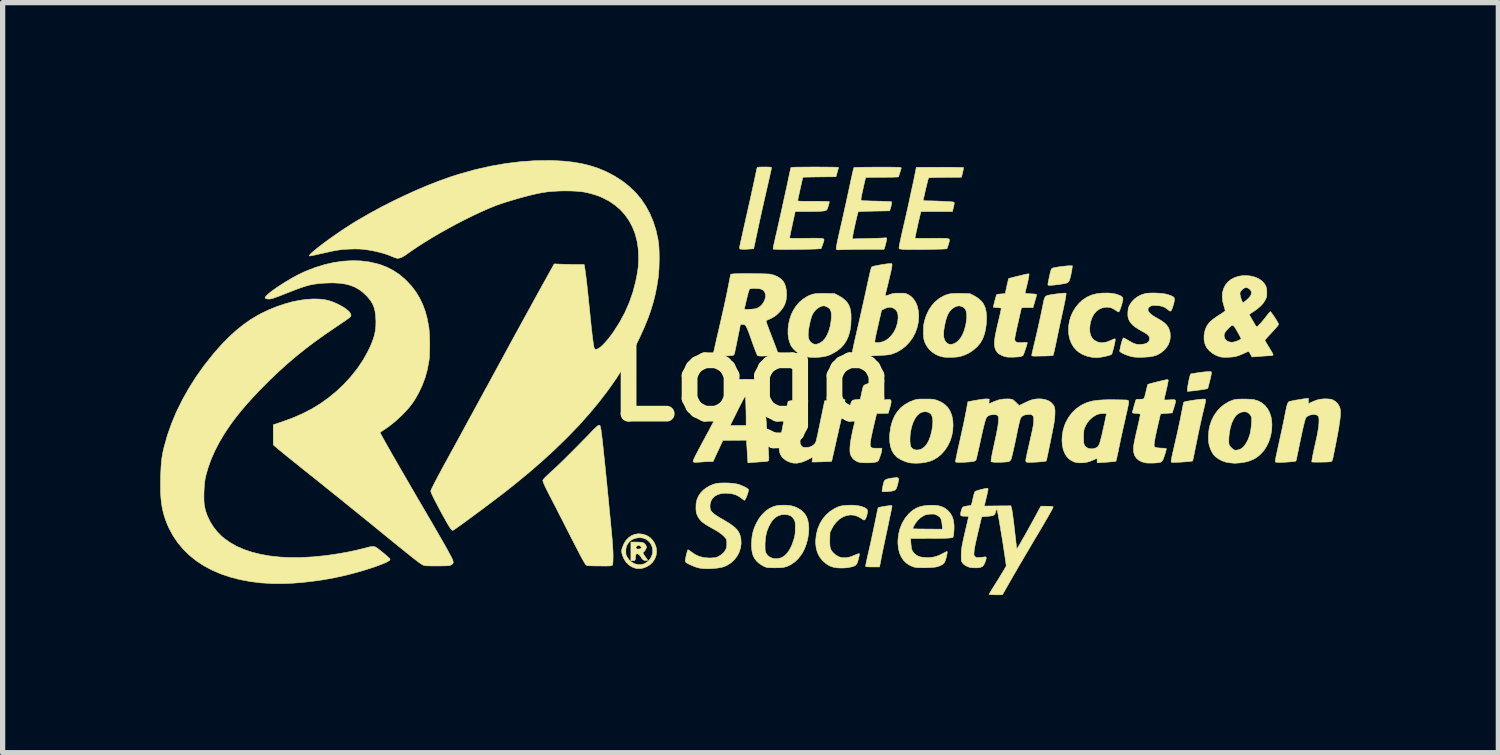
<source format=kicad_pcb>
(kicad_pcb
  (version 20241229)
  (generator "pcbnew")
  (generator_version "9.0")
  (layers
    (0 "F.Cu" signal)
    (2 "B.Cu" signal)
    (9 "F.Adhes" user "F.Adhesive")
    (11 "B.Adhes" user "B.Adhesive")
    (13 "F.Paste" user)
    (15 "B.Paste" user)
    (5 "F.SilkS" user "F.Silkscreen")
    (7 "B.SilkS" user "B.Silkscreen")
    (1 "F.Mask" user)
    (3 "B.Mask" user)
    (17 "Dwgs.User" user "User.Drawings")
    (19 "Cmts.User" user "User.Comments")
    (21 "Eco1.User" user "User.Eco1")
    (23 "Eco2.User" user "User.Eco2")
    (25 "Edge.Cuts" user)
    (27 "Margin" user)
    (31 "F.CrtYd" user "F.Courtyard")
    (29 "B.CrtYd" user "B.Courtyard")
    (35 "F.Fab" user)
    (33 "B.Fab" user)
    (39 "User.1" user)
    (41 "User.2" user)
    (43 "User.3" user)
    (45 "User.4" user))
  (footprint "Logo"
    (layer "F.Cu")
    (at 11.236 4.134)
    (property "Reference" "Logo" (at 0 0 0) (layer "F.SilkS") (effects (font (size 1.524 1.524) (thickness 0.3))))
    (attr through_hole)
    (fp_poly (pts (xy 8.761 -0.111) (xy 8.769 -0.103) (xy 8.771 -0.086) (xy 8.769 -0.07) (xy 8.764 -0.041) (xy 8.756 -0.004) (xy 8.746 0.038) (xy 8.736 0.082) (xy 8.725 0.124) (xy 8.715 0.161) (xy 8.707 0.191) (xy 8.7 0.208) (xy 8.698 0.212) (xy 8.688 0.215) (xy 8.663 0.22) (xy 8.628 0.227) (xy 8.585 0.233) (xy 8.537 0.24) (xy 8.487 0.247) (xy 8.439 0.253) (xy 8.396 0.258) (xy 8.38 0.259) (xy 8.314 0.265) (xy 8.314 0.23) (xy 8.316 0.204) (xy 8.321 0.166) (xy 8.329 0.121) (xy 8.338 0.073) (xy 8.348 0.028) (xy 8.358 -0.012) (xy 8.361 -0.023) (xy 8.374 -0.066) (xy 8.448 -0.079) (xy 8.514 -0.09) (xy 8.579 -0.099) (xy 8.641 -0.106) (xy 8.694 -0.11) (xy 8.738 -0.112) (xy 8.761 -0.111)) (stroke (width 0.01) (type solid)) (fill yes) (layer "F.SilkS"))
    (fp_poly (pts (xy 2.791 1.907) (xy 2.802 1.91) (xy 2.809 1.916) (xy 2.815 1.924) (xy 2.818 1.934) (xy 2.817 1.95) (xy 2.812 1.977) (xy 2.807 2.003) (xy 2.798 2.041) (xy 2.787 2.078) (xy 2.776 2.106) (xy 2.774 2.111) (xy 2.76 2.133) (xy 2.745 2.146) (xy 2.721 2.155) (xy 2.714 2.157) (xy 2.685 2.163) (xy 2.649 2.168) (xy 2.61 2.172) (xy 2.572 2.174) (xy 2.54 2.175) (xy 2.515 2.174) (xy 2.504 2.17) (xy 2.504 2.17) (xy 2.503 2.158) (xy 2.506 2.134) (xy 2.511 2.102) (xy 2.518 2.066) (xy 2.526 2.03) (xy 2.535 1.999) (xy 2.542 1.977) (xy 2.544 1.973) (xy 2.559 1.954) (xy 2.583 1.94) (xy 2.62 1.928) (xy 2.67 1.918) (xy 2.708 1.913) (xy 2.748 1.908) (xy 2.774 1.906) (xy 2.791 1.907)) (stroke (width 0.01) (type solid)) (fill yes) (layer "F.SilkS"))
    (fp_poly (pts (xy 6.118 -2.073) (xy 6.114 -2.042) (xy 6.106 -2.001) (xy 6.097 -1.956) (xy 6.091 -1.927) (xy 6.078 -1.878) (xy 6.065 -1.843) (xy 6.05 -1.819) (xy 6.031 -1.804) (xy 6.006 -1.794) (xy 5.98 -1.788) (xy 5.922 -1.778) (xy 5.864 -1.769) (xy 5.809 -1.762) (xy 5.759 -1.757) (xy 5.717 -1.754) (xy 5.685 -1.754) (xy 5.665 -1.756) (xy 5.662 -1.758) (xy 5.66 -1.763) (xy 5.659 -1.773) (xy 5.661 -1.791) (xy 5.666 -1.818) (xy 5.674 -1.858) (xy 5.682 -1.897) (xy 5.695 -1.955) (xy 5.705 -2) (xy 5.714 -2.032) (xy 5.722 -2.054) (xy 5.73 -2.068) (xy 5.74 -2.077) (xy 5.751 -2.082) (xy 5.753 -2.083) (xy 5.778 -2.089) (xy 5.816 -2.096) (xy 5.862 -2.104) (xy 5.913 -2.111) (xy 5.963 -2.117) (xy 6.01 -2.122) (xy 6.049 -2.125) (xy 6.065 -2.125) (xy 6.124 -2.125) (xy 6.118 -2.073)) (stroke (width 0.01) (type solid)) (fill yes) (layer "F.SilkS"))
    (fp_poly (pts (xy -2.182 3.133) (xy -2.126 3.134) (xy -2.084 3.137) (xy -2.053 3.143) (xy -2.03 3.154) (xy -2.012 3.169) (xy -2.002 3.182) (xy -1.989 3.204) (xy -1.982 3.224) (xy -1.981 3.229) (xy -1.986 3.248) (xy -1.997 3.272) (xy -2.012 3.297) (xy -2.027 3.315) (xy -2.036 3.322) (xy -2.046 3.329) (xy -2.047 3.34) (xy -2.04 3.359) (xy -2.023 3.386) (xy -2.003 3.415) (xy -1.958 3.478) (xy -1.985 3.483) (xy -2.021 3.483) (xy -2.051 3.467) (xy -2.073 3.439) (xy -2.096 3.403) (xy -2.121 3.375) (xy -2.144 3.358) (xy -2.161 3.354) (xy -2.176 3.362) (xy -2.186 3.381) (xy -2.191 3.414) (xy -2.192 3.439) (xy -2.195 3.465) (xy -2.203 3.481) (xy -2.222 3.487) (xy -2.249 3.488) (xy -2.278 3.488) (xy -2.278 3.233) (xy -2.182 3.233) (xy -2.178 3.252) (xy -2.176 3.256) (xy -2.158 3.266) (xy -2.13 3.267) (xy -2.099 3.261) (xy -2.095 3.26) (xy -2.079 3.248) (xy -2.078 3.232) (xy -2.093 3.213) (xy -2.1 3.207) (xy -2.118 3.197) (xy -2.136 3.197) (xy -2.148 3.201) (xy -2.171 3.214) (xy -2.182 3.233) (xy -2.278 3.233) (xy -2.278 3.133) (xy -2.182 3.133)) (stroke (width 0.01) (type solid)) (fill yes) (layer "F.SilkS"))
    (fp_poly (pts (xy 2.684 2.44) (xy 2.692 2.445) (xy 2.692 2.446) (xy 2.691 2.458) (xy 2.686 2.484) (xy 2.678 2.524) (xy 2.667 2.579) (xy 2.652 2.649) (xy 2.634 2.735) (xy 2.613 2.836) (xy 2.588 2.954) (xy 2.587 2.959) (xy 2.57 3.037) (xy 2.554 3.115) (xy 2.538 3.189) (xy 2.524 3.258) (xy 2.511 3.318) (xy 2.501 3.367) (xy 2.494 3.402) (xy 2.494 3.404) (xy 2.485 3.45) (xy 2.476 3.495) (xy 2.469 3.533) (xy 2.463 3.56) (xy 2.463 3.562) (xy 2.454 3.607) (xy 2.324 3.607) (xy 2.274 3.606) (xy 2.233 3.605) (xy 2.204 3.602) (xy 2.19 3.599) (xy 2.189 3.598) (xy 2.189 3.588) (xy 2.193 3.564) (xy 2.2 3.527) (xy 2.21 3.48) (xy 2.222 3.425) (xy 2.236 3.363) (xy 2.243 3.334) (xy 2.265 3.238) (xy 2.287 3.14) (xy 2.309 3.037) (xy 2.333 2.926) (xy 2.358 2.806) (xy 2.386 2.674) (xy 2.41 2.553) (xy 2.418 2.52) (xy 2.424 2.495) (xy 2.429 2.48) (xy 2.43 2.478) (xy 2.44 2.474) (xy 2.464 2.469) (xy 2.496 2.462) (xy 2.534 2.455) (xy 2.574 2.449) (xy 2.611 2.444) (xy 2.643 2.44) (xy 2.664 2.438) (xy 2.665 2.438) (xy 2.684 2.44)) (stroke (width 0.01) (type solid)) (fill yes) (layer "F.SilkS"))
    (fp_poly (pts (xy 6 -1.604) (xy 6.003 -1.603) (xy 6.005 -1.591) (xy 6.002 -1.564) (xy 5.996 -1.52) (xy 5.985 -1.462) (xy 5.97 -1.39) (xy 5.952 -1.303) (xy 5.93 -1.203) (xy 5.927 -1.19) (xy 5.914 -1.13) (xy 5.898 -1.059) (xy 5.881 -0.979) (xy 5.863 -0.895) (xy 5.845 -0.811) (xy 5.829 -0.73) (xy 5.825 -0.712) (xy 5.811 -0.645) (xy 5.798 -0.583) (xy 5.785 -0.528) (xy 5.775 -0.482) (xy 5.766 -0.448) (xy 5.76 -0.426) (xy 5.758 -0.42) (xy 5.746 -0.417) (xy 5.718 -0.414) (xy 5.675 -0.411) (xy 5.617 -0.409) (xy 5.55 -0.408) (xy 5.487 -0.407) (xy 5.439 -0.406) (xy 5.404 -0.406) (xy 5.379 -0.407) (xy 5.364 -0.409) (xy 5.356 -0.411) (xy 5.352 -0.415) (xy 5.351 -0.42) (xy 5.351 -0.423) (xy 5.353 -0.436) (xy 5.358 -0.463) (xy 5.367 -0.501) (xy 5.378 -0.548) (xy 5.39 -0.601) (xy 5.397 -0.629) (xy 5.421 -0.728) (xy 5.446 -0.836) (xy 5.472 -0.949) (xy 5.497 -1.063) (xy 5.521 -1.173) (xy 5.543 -1.276) (xy 5.561 -1.368) (xy 5.564 -1.379) (xy 5.575 -1.437) (xy 5.585 -1.481) (xy 5.596 -1.512) (xy 5.608 -1.534) (xy 5.623 -1.549) (xy 5.642 -1.558) (xy 5.668 -1.565) (xy 5.69 -1.57) (xy 5.728 -1.577) (xy 5.772 -1.583) (xy 5.82 -1.59) (xy 5.868 -1.595) (xy 5.913 -1.6) (xy 5.952 -1.603) (xy 5.982 -1.605) (xy 6 -1.604)) (stroke (width 0.01) (type solid)) (fill yes) (layer "F.SilkS"))
    (fp_poly (pts (xy 8.651 0.414) (xy 8.657 0.42) (xy 8.66 0.433) (xy 8.659 0.449) (xy 8.654 0.478) (xy 8.647 0.515) (xy 8.637 0.555) (xy 8.617 0.639) (xy 8.594 0.737) (xy 8.569 0.846) (xy 8.544 0.962) (xy 8.518 1.084) (xy 8.493 1.208) (xy 8.471 1.315) (xy 8.458 1.38) (xy 8.446 1.44) (xy 8.435 1.492) (xy 8.426 1.535) (xy 8.419 1.567) (xy 8.415 1.585) (xy 8.414 1.588) (xy 8.402 1.592) (xy 8.377 1.596) (xy 8.34 1.6) (xy 8.294 1.604) (xy 8.242 1.608) (xy 8.186 1.612) (xy 8.139 1.614) (xy 8.089 1.616) (xy 8.054 1.617) (xy 8.03 1.617) (xy 8.016 1.615) (xy 8.008 1.611) (xy 8.005 1.606) (xy 8.004 1.605) (xy 8.005 1.593) (xy 8.008 1.567) (xy 8.015 1.53) (xy 8.024 1.484) (xy 8.035 1.433) (xy 8.038 1.42) (xy 8.068 1.294) (xy 8.093 1.182) (xy 8.116 1.082) (xy 8.136 0.993) (xy 8.153 0.911) (xy 8.17 0.835) (xy 8.185 0.762) (xy 8.199 0.69) (xy 8.2 0.686) (xy 8.211 0.629) (xy 8.221 0.578) (xy 8.23 0.534) (xy 8.237 0.501) (xy 8.241 0.48) (xy 8.243 0.474) (xy 8.249 0.469) (xy 8.264 0.463) (xy 8.291 0.456) (xy 8.331 0.449) (xy 8.385 0.44) (xy 8.402 0.437) (xy 8.456 0.429) (xy 8.507 0.422) (xy 8.552 0.417) (xy 8.588 0.413) (xy 8.608 0.412) (xy 8.635 0.412) (xy 8.651 0.414)) (stroke (width 0.01) (type solid)) (fill yes) (layer "F.SilkS"))
    (fp_poly (pts (xy -2.064 2.981) (xy -1.992 3.002) (xy -1.976 3.009) (xy -1.917 3.045) (xy -1.867 3.095) (xy -1.828 3.155) (xy -1.801 3.223) (xy -1.794 3.253) (xy -1.789 3.325) (xy -1.8 3.394) (xy -1.825 3.457) (xy -1.864 3.515) (xy -1.915 3.564) (xy -1.977 3.602) (xy -2.033 3.625) (xy -2.101 3.638) (xy -2.168 3.636) (xy -2.203 3.628) (xy -2.267 3.602) (xy -2.325 3.562) (xy -2.374 3.51) (xy -2.413 3.448) (xy -2.441 3.38) (xy -2.449 3.346) (xy -2.454 3.312) (xy -2.453 3.306) (xy -2.375 3.306) (xy -2.374 3.343) (xy -2.371 3.37) (xy -2.363 3.393) (xy -2.35 3.419) (xy -2.35 3.419) (xy -2.312 3.472) (xy -2.265 3.514) (xy -2.212 3.544) (xy -2.154 3.561) (xy -2.095 3.564) (xy -2.038 3.552) (xy -2.018 3.544) (xy -1.964 3.51) (xy -1.92 3.466) (xy -1.889 3.415) (xy -1.869 3.359) (xy -1.863 3.3) (xy -1.869 3.241) (xy -1.889 3.185) (xy -1.923 3.134) (xy -1.935 3.121) (xy -1.985 3.081) (xy -2.042 3.058) (xy -2.105 3.049) (xy -2.129 3.05) (xy -2.199 3.062) (xy -2.258 3.087) (xy -2.307 3.125) (xy -2.345 3.177) (xy -2.357 3.199) (xy -2.367 3.229) (xy -2.373 3.263) (xy -2.375 3.306) (xy -2.453 3.306) (xy -2.453 3.286) (xy -2.447 3.258) (xy -2.443 3.245) (xy -2.412 3.167) (xy -2.371 3.101) (xy -2.321 3.049) (xy -2.265 3.01) (xy -2.202 2.985) (xy -2.135 2.975) (xy -2.064 2.981)) (stroke (width 0.01) (type solid)) (fill yes) (layer "F.SilkS"))
    (fp_poly (pts (xy 0.314 -4.005) (xy 0.35 -4.004) (xy 0.374 -4.003) (xy 0.388 -4) (xy 0.395 -3.997) (xy 0.398 -3.992) (xy 0.398 -3.989) (xy 0.396 -3.978) (xy 0.391 -3.952) (xy 0.382 -3.913) (xy 0.371 -3.862) (xy 0.358 -3.802) (xy 0.342 -3.733) (xy 0.325 -3.658) (xy 0.307 -3.578) (xy 0.305 -3.572) (xy 0.284 -3.477) (xy 0.26 -3.374) (xy 0.236 -3.267) (xy 0.212 -3.16) (xy 0.189 -3.056) (xy 0.168 -2.96) (xy 0.15 -2.875) (xy 0.144 -2.849) (xy 0.129 -2.776) (xy 0.114 -2.707) (xy 0.1 -2.643) (xy 0.089 -2.588) (xy 0.079 -2.542) (xy 0.072 -2.509) (xy 0.067 -2.49) (xy 0.067 -2.488) (xy 0.058 -2.449) (xy -0.024 -2.444) (xy -0.09 -2.44) (xy -0.143 -2.44) (xy -0.181 -2.442) (xy -0.197 -2.444) (xy -0.209 -2.455) (xy -0.212 -2.465) (xy -0.21 -2.476) (xy -0.205 -2.503) (xy -0.196 -2.542) (xy -0.185 -2.595) (xy -0.171 -2.658) (xy -0.155 -2.73) (xy -0.137 -2.811) (xy -0.118 -2.899) (xy -0.097 -2.991) (xy -0.085 -3.044) (xy -0.062 -3.145) (xy -0.04 -3.246) (xy -0.017 -3.345) (xy 0.004 -3.44) (xy 0.023 -3.528) (xy 0.041 -3.609) (xy 0.057 -3.68) (xy 0.069 -3.738) (xy 0.079 -3.782) (xy 0.08 -3.79) (xy 0.092 -3.845) (xy 0.102 -3.894) (xy 0.111 -3.936) (xy 0.118 -3.968) (xy 0.123 -3.986) (xy 0.124 -3.99) (xy 0.127 -3.996) (xy 0.134 -4) (xy 0.148 -4.002) (xy 0.171 -4.004) (xy 0.206 -4.005) (xy 0.254 -4.005) (xy 0.263 -4.005) (xy 0.314 -4.005)) (stroke (width 0.01) (type solid)) (fill yes) (layer "F.SilkS"))
    (fp_poly (pts (xy 1.433 -1.599) (xy 1.598 -1.596) (xy 1.673 -1.558) (xy 1.744 -1.516) (xy 1.8 -1.469) (xy 1.839 -1.426) (xy 1.868 -1.381) (xy 1.889 -1.331) (xy 1.903 -1.274) (xy 1.911 -1.207) (xy 1.913 -1.126) (xy 1.908 -1.003) (xy 1.892 -0.891) (xy 1.865 -0.792) (xy 1.826 -0.704) (xy 1.776 -0.627) (xy 1.712 -0.558) (xy 1.636 -0.499) (xy 1.546 -0.448) (xy 1.501 -0.427) (xy 1.442 -0.407) (xy 1.371 -0.393) (xy 1.293 -0.384) (xy 1.213 -0.381) (xy 1.135 -0.384) (xy 1.086 -0.39) (xy 1.008 -0.411) (xy 0.934 -0.446) (xy 0.867 -0.493) (xy 0.81 -0.549) (xy 0.77 -0.605) (xy 0.741 -0.673) (xy 0.721 -0.751) (xy 0.714 -0.821) (xy 1.096 -0.821) (xy 1.098 -0.771) (xy 1.108 -0.73) (xy 1.125 -0.696) (xy 1.141 -0.676) (xy 1.176 -0.647) (xy 1.214 -0.632) (xy 1.257 -0.633) (xy 1.306 -0.649) (xy 1.321 -0.656) (xy 1.371 -0.691) (xy 1.416 -0.74) (xy 1.455 -0.804) (xy 1.487 -0.88) (xy 1.513 -0.967) (xy 1.53 -1.064) (xy 1.533 -1.087) (xy 1.539 -1.161) (xy 1.537 -1.221) (xy 1.527 -1.268) (xy 1.513 -1.297) (xy 1.487 -1.324) (xy 1.452 -1.346) (xy 1.413 -1.36) (xy 1.389 -1.363) (xy 1.346 -1.355) (xy 1.302 -1.334) (xy 1.258 -1.302) (xy 1.218 -1.261) (xy 1.186 -1.214) (xy 1.177 -1.196) (xy 1.162 -1.16) (xy 1.147 -1.111) (xy 1.132 -1.054) (xy 1.119 -0.993) (xy 1.108 -0.934) (xy 1.101 -0.885) (xy 1.096 -0.821) (xy 0.714 -0.821) (xy 0.712 -0.836) (xy 0.713 -0.927) (xy 0.724 -1.02) (xy 0.746 -1.112) (xy 0.776 -1.201) (xy 0.8 -1.253) (xy 0.855 -1.345) (xy 0.922 -1.425) (xy 0.999 -1.492) (xy 1.087 -1.546) (xy 1.112 -1.558) (xy 1.148 -1.573) (xy 1.182 -1.584) (xy 1.22 -1.592) (xy 1.262 -1.597) (xy 1.314 -1.599) (xy 1.377 -1.6) (xy 1.433 -1.599)) (stroke (width 0.01) (type solid)) (fill yes) (layer "F.SilkS"))
    (fp_poly (pts (xy 1.962 2.432) (xy 2.04 2.44) (xy 2.109 2.455) (xy 2.166 2.476) (xy 2.194 2.492) (xy 2.214 2.509) (xy 2.223 2.529) (xy 2.225 2.543) (xy 2.224 2.572) (xy 2.217 2.607) (xy 2.207 2.644) (xy 2.194 2.677) (xy 2.181 2.7) (xy 2.176 2.705) (xy 2.167 2.712) (xy 2.159 2.714) (xy 2.146 2.709) (xy 2.126 2.697) (xy 2.102 2.68) (xy 2.035 2.643) (xy 1.969 2.622) (xy 1.901 2.617) (xy 1.829 2.628) (xy 1.824 2.629) (xy 1.755 2.656) (xy 1.69 2.697) (xy 1.631 2.753) (xy 1.579 2.82) (xy 1.548 2.875) (xy 1.511 2.949) (xy 1.508 3.072) (xy 1.507 3.137) (xy 1.509 3.187) (xy 1.513 3.227) (xy 1.521 3.26) (xy 1.534 3.287) (xy 1.551 3.312) (xy 1.569 3.333) (xy 1.624 3.382) (xy 1.684 3.415) (xy 1.748 3.431) (xy 1.818 3.432) (xy 1.893 3.416) (xy 1.941 3.399) (xy 1.99 3.379) (xy 2.025 3.365) (xy 2.048 3.357) (xy 2.063 3.353) (xy 2.07 3.354) (xy 2.07 3.354) (xy 2.071 3.365) (xy 2.068 3.387) (xy 2.061 3.417) (xy 2.053 3.452) (xy 2.044 3.486) (xy 2.035 3.516) (xy 2.028 3.534) (xy 2.012 3.559) (xy 1.99 3.58) (xy 1.988 3.581) (xy 1.952 3.597) (xy 1.902 3.61) (xy 1.844 3.62) (xy 1.78 3.626) (xy 1.714 3.627) (xy 1.65 3.624) (xy 1.647 3.624) (xy 1.574 3.611) (xy 1.51 3.589) (xy 1.45 3.554) (xy 1.431 3.54) (xy 1.363 3.479) (xy 1.31 3.41) (xy 1.272 3.332) (xy 1.248 3.245) (xy 1.238 3.149) (xy 1.239 3.099) (xy 1.251 2.988) (xy 1.278 2.883) (xy 1.318 2.785) (xy 1.37 2.697) (xy 1.435 2.618) (xy 1.511 2.551) (xy 1.597 2.496) (xy 1.612 2.489) (xy 1.653 2.469) (xy 1.685 2.456) (xy 1.715 2.448) (xy 1.748 2.442) (xy 1.786 2.437) (xy 1.877 2.431) (xy 1.962 2.432)) (stroke (width 0.01) (type solid)) (fill yes) (layer "F.SilkS"))
    (fp_poly (pts (xy 3.327 0.411) (xy 3.382 0.411) (xy 3.424 0.412) (xy 3.455 0.414) (xy 3.481 0.417) (xy 3.504 0.422) (xy 3.528 0.429) (xy 3.545 0.434) (xy 3.627 0.469) (xy 3.697 0.515) (xy 3.754 0.572) (xy 3.798 0.64) (xy 3.829 0.719) (xy 3.848 0.809) (xy 3.854 0.91) (xy 3.847 1.017) (xy 3.827 1.12) (xy 3.794 1.218) (xy 3.749 1.308) (xy 3.694 1.39) (xy 3.63 1.462) (xy 3.557 1.522) (xy 3.477 1.569) (xy 3.416 1.594) (xy 3.329 1.616) (xy 3.236 1.629) (xy 3.141 1.633) (xy 3.052 1.628) (xy 3.012 1.621) (xy 2.965 1.608) (xy 2.912 1.588) (xy 2.859 1.563) (xy 2.812 1.536) (xy 2.779 1.512) (xy 2.728 1.456) (xy 2.689 1.39) (xy 2.662 1.312) (xy 2.648 1.223) (xy 2.647 1.164) (xy 3.033 1.164) (xy 3.034 1.223) (xy 3.039 1.273) (xy 3.048 1.312) (xy 3.052 1.321) (xy 3.077 1.352) (xy 3.112 1.372) (xy 3.155 1.381) (xy 3.201 1.378) (xy 3.248 1.364) (xy 3.266 1.354) (xy 3.313 1.318) (xy 3.355 1.267) (xy 3.391 1.202) (xy 3.421 1.124) (xy 3.445 1.035) (xy 3.462 0.935) (xy 3.464 0.915) (xy 3.469 0.839) (xy 3.464 0.776) (xy 3.45 0.726) (xy 3.426 0.69) (xy 3.391 0.666) (xy 3.347 0.654) (xy 3.318 0.652) (xy 3.265 0.66) (xy 3.215 0.684) (xy 3.17 0.725) (xy 3.13 0.781) (xy 3.095 0.852) (xy 3.074 0.91) (xy 3.058 0.97) (xy 3.045 1.034) (xy 3.037 1.1) (xy 3.033 1.164) (xy 2.647 1.164) (xy 2.646 1.122) (xy 2.65 1.062) (xy 2.668 0.941) (xy 2.698 0.832) (xy 2.74 0.735) (xy 2.794 0.649) (xy 2.86 0.575) (xy 2.939 0.514) (xy 3.029 0.464) (xy 3.116 0.43) (xy 3.141 0.423) (xy 3.165 0.418) (xy 3.19 0.414) (xy 3.221 0.412) (xy 3.26 0.411) (xy 3.313 0.411) (xy 3.327 0.411)) (stroke (width 0.01) (type solid)) (fill yes) (layer "F.SilkS"))
    (fp_poly (pts (xy 6.858 -1.603) (xy 6.903 -1.597) (xy 6.943 -1.589) (xy 6.973 -1.58) (xy 7.02 -1.563) (xy 7.053 -1.548) (xy 7.073 -1.531) (xy 7.084 -1.512) (xy 7.087 -1.489) (xy 7.084 -1.467) (xy 7.076 -1.434) (xy 7.066 -1.395) (xy 7.053 -1.353) (xy 7.04 -1.314) (xy 7.028 -1.281) (xy 7.017 -1.26) (xy 7.016 -1.257) (xy 7.009 -1.25) (xy 7.001 -1.247) (xy 6.989 -1.252) (xy 6.97 -1.264) (xy 6.946 -1.28) (xy 6.901 -1.308) (xy 6.862 -1.326) (xy 6.825 -1.335) (xy 6.783 -1.337) (xy 6.762 -1.336) (xy 6.694 -1.325) (xy 6.633 -1.298) (xy 6.579 -1.258) (xy 6.534 -1.204) (xy 6.498 -1.138) (xy 6.472 -1.06) (xy 6.462 -1.012) (xy 6.454 -0.93) (xy 6.458 -0.858) (xy 6.475 -0.796) (xy 6.503 -0.746) (xy 6.543 -0.707) (xy 6.552 -0.702) (xy 6.603 -0.676) (xy 6.656 -0.662) (xy 6.712 -0.662) (xy 6.774 -0.674) (xy 6.844 -0.7) (xy 6.868 -0.711) (xy 6.903 -0.727) (xy 6.925 -0.735) (xy 6.937 -0.734) (xy 6.941 -0.724) (xy 6.94 -0.705) (xy 6.939 -0.701) (xy 6.933 -0.668) (xy 6.925 -0.629) (xy 6.915 -0.586) (xy 6.904 -0.544) (xy 6.894 -0.505) (xy 6.884 -0.472) (xy 6.877 -0.45) (xy 6.872 -0.442) (xy 6.853 -0.431) (xy 6.82 -0.42) (xy 6.778 -0.408) (xy 6.73 -0.397) (xy 6.68 -0.388) (xy 6.632 -0.381) (xy 6.612 -0.378) (xy 6.577 -0.377) (xy 6.537 -0.379) (xy 6.511 -0.382) (xy 6.412 -0.402) (xy 6.324 -0.435) (xy 6.246 -0.481) (xy 6.208 -0.513) (xy 6.151 -0.575) (xy 6.107 -0.647) (xy 6.076 -0.727) (xy 6.057 -0.812) (xy 6.05 -0.902) (xy 6.055 -0.993) (xy 6.072 -1.085) (xy 6.101 -1.176) (xy 6.142 -1.263) (xy 6.195 -1.345) (xy 6.25 -1.41) (xy 6.323 -1.477) (xy 6.402 -1.529) (xy 6.489 -1.568) (xy 6.585 -1.593) (xy 6.691 -1.606) (xy 6.802 -1.607) (xy 6.858 -1.603)) (stroke (width 0.01) (type solid)) (fill yes) (layer "F.SilkS"))
    (fp_poly (pts (xy 4.01 -1.599) (xy 4.171 -1.596) (xy 4.244 -1.56) (xy 4.307 -1.524) (xy 4.362 -1.481) (xy 4.407 -1.436) (xy 4.438 -1.391) (xy 4.467 -1.323) (xy 4.485 -1.242) (xy 4.492 -1.149) (xy 4.489 -1.045) (xy 4.488 -1.033) (xy 4.474 -0.929) (xy 4.454 -0.837) (xy 4.426 -0.756) (xy 4.41 -0.721) (xy 4.367 -0.649) (xy 4.31 -0.583) (xy 4.242 -0.523) (xy 4.165 -0.471) (xy 4.083 -0.43) (xy 3.999 -0.402) (xy 3.937 -0.39) (xy 3.882 -0.385) (xy 3.82 -0.383) (xy 3.759 -0.383) (xy 3.702 -0.385) (xy 3.66 -0.39) (xy 3.583 -0.411) (xy 3.51 -0.446) (xy 3.444 -0.492) (xy 3.388 -0.548) (xy 3.344 -0.612) (xy 3.338 -0.623) (xy 3.319 -0.663) (xy 3.306 -0.7) (xy 3.297 -0.737) (xy 3.292 -0.779) (xy 3.291 -0.818) (xy 3.673 -0.818) (xy 3.678 -0.759) (xy 3.694 -0.71) (xy 3.719 -0.67) (xy 3.753 -0.643) (xy 3.773 -0.635) (xy 3.794 -0.63) (xy 3.81 -0.628) (xy 3.828 -0.631) (xy 3.855 -0.638) (xy 3.859 -0.639) (xy 3.91 -0.663) (xy 3.958 -0.703) (xy 4.001 -0.756) (xy 4.038 -0.823) (xy 4.069 -0.901) (xy 4.093 -0.989) (xy 4.106 -1.063) (xy 4.114 -1.141) (xy 4.112 -1.208) (xy 4.103 -1.262) (xy 4.084 -1.303) (xy 4.075 -1.314) (xy 4.045 -1.338) (xy 4.007 -1.355) (xy 3.969 -1.363) (xy 3.965 -1.363) (xy 3.921 -1.355) (xy 3.875 -1.334) (xy 3.83 -1.301) (xy 3.791 -1.26) (xy 3.76 -1.212) (xy 3.759 -1.21) (xy 3.739 -1.163) (xy 3.72 -1.104) (xy 3.703 -1.036) (xy 3.689 -0.966) (xy 3.678 -0.897) (xy 3.673 -0.835) (xy 3.673 -0.818) (xy 3.291 -0.818) (xy 3.29 -0.83) (xy 3.29 -0.881) (xy 3.291 -0.935) (xy 3.293 -0.977) (xy 3.297 -1.013) (xy 3.304 -1.047) (xy 3.313 -1.086) (xy 3.314 -1.088) (xy 3.348 -1.191) (xy 3.394 -1.286) (xy 3.451 -1.371) (xy 3.517 -1.444) (xy 3.592 -1.505) (xy 3.673 -1.551) (xy 3.69 -1.558) (xy 3.727 -1.573) (xy 3.763 -1.584) (xy 3.8 -1.592) (xy 3.841 -1.597) (xy 3.89 -1.599) (xy 3.95 -1.6) (xy 4.01 -1.599)) (stroke (width 0.01) (type solid)) (fill yes) (layer "F.SilkS"))
    (fp_poly (pts (xy 0.68 2.432) (xy 0.745 2.438) (xy 0.777 2.443) (xy 0.849 2.465) (xy 0.917 2.498) (xy 0.977 2.54) (xy 1.027 2.59) (xy 1.062 2.645) (xy 1.063 2.646) (xy 1.089 2.716) (xy 1.104 2.797) (xy 1.109 2.884) (xy 1.103 2.977) (xy 1.088 3.071) (xy 1.063 3.164) (xy 1.03 3.254) (xy 0.988 3.337) (xy 0.953 3.39) (xy 0.897 3.459) (xy 0.833 3.517) (xy 0.764 3.564) (xy 0.693 3.597) (xy 0.627 3.615) (xy 0.597 3.618) (xy 0.557 3.621) (xy 0.51 3.622) (xy 0.461 3.623) (xy 0.412 3.622) (xy 0.368 3.621) (xy 0.332 3.619) (xy 0.308 3.617) (xy 0.304 3.616) (xy 0.257 3.597) (xy 0.206 3.568) (xy 0.158 3.535) (xy 0.118 3.499) (xy 0.115 3.496) (xy 0.079 3.45) (xy 0.052 3.4) (xy 0.033 3.342) (xy 0.022 3.275) (xy 0.018 3.197) (xy 0.018 3.192) (xy 0.275 3.192) (xy 0.276 3.24) (xy 0.277 3.274) (xy 0.279 3.299) (xy 0.283 3.319) (xy 0.29 3.336) (xy 0.295 3.346) (xy 0.324 3.387) (xy 0.365 3.419) (xy 0.414 3.44) (xy 0.469 3.45) (xy 0.527 3.447) (xy 0.584 3.431) (xy 0.597 3.426) (xy 0.649 3.392) (xy 0.698 3.343) (xy 0.742 3.279) (xy 0.782 3.2) (xy 0.815 3.108) (xy 0.828 3.067) (xy 0.837 3.03) (xy 0.844 2.997) (xy 0.848 2.964) (xy 0.85 2.925) (xy 0.851 2.876) (xy 0.851 2.866) (xy 0.851 2.819) (xy 0.85 2.785) (xy 0.848 2.76) (xy 0.844 2.742) (xy 0.838 2.726) (xy 0.829 2.708) (xy 0.826 2.702) (xy 0.797 2.662) (xy 0.762 2.634) (xy 0.717 2.617) (xy 0.664 2.61) (xy 0.593 2.612) (xy 0.53 2.631) (xy 0.473 2.664) (xy 0.422 2.713) (xy 0.395 2.75) (xy 0.347 2.836) (xy 0.311 2.926) (xy 0.288 3.024) (xy 0.277 3.132) (xy 0.275 3.192) (xy 0.018 3.192) (xy 0.019 3.134) (xy 0.027 3.036) (xy 0.044 2.947) (xy 0.07 2.863) (xy 0.106 2.781) (xy 0.158 2.689) (xy 0.219 2.61) (xy 0.286 2.544) (xy 0.359 2.493) (xy 0.437 2.457) (xy 0.49 2.442) (xy 0.546 2.434) (xy 0.612 2.431) (xy 0.68 2.432)) (stroke (width 0.01) (type solid)) (fill yes) (layer "F.SilkS"))
    (fp_poly (pts (xy 9.437 0.412) (xy 9.488 0.414) (xy 9.532 0.417) (xy 9.566 0.42) (xy 9.58 0.422) (xy 9.659 0.446) (xy 9.73 0.483) (xy 9.79 0.534) (xy 9.84 0.596) (xy 9.879 0.669) (xy 9.906 0.753) (xy 9.92 0.845) (xy 9.923 0.907) (xy 9.916 1.017) (xy 9.896 1.122) (xy 9.864 1.222) (xy 9.82 1.313) (xy 9.766 1.395) (xy 9.702 1.465) (xy 9.629 1.524) (xy 9.571 1.558) (xy 9.497 1.588) (xy 9.419 1.61) (xy 9.33 1.624) (xy 9.313 1.626) (xy 9.273 1.629) (xy 9.244 1.632) (xy 9.22 1.632) (xy 9.196 1.632) (xy 9.167 1.629) (xy 9.126 1.625) (xy 9.123 1.625) (xy 9.048 1.612) (xy 8.975 1.587) (xy 8.908 1.552) (xy 8.851 1.51) (xy 8.814 1.473) (xy 8.783 1.425) (xy 8.755 1.367) (xy 8.733 1.304) (xy 8.724 1.269) (xy 8.717 1.218) (xy 8.716 1.207) (xy 9.102 1.207) (xy 9.102 1.243) (xy 9.105 1.267) (xy 9.111 1.285) (xy 9.121 1.303) (xy 9.126 1.31) (xy 9.156 1.344) (xy 9.19 1.371) (xy 9.212 1.383) (xy 9.233 1.385) (xy 9.263 1.382) (xy 9.296 1.374) (xy 9.322 1.365) (xy 9.362 1.338) (xy 9.401 1.297) (xy 9.437 1.243) (xy 9.469 1.181) (xy 9.495 1.111) (xy 9.508 1.065) (xy 9.516 1.023) (xy 9.524 0.973) (xy 9.53 0.921) (xy 9.534 0.869) (xy 9.537 0.822) (xy 9.537 0.783) (xy 9.534 0.756) (xy 9.533 0.753) (xy 9.517 0.721) (xy 9.491 0.69) (xy 9.459 0.665) (xy 9.456 0.664) (xy 9.417 0.653) (xy 9.372 0.654) (xy 9.326 0.666) (xy 9.281 0.689) (xy 9.243 0.721) (xy 9.233 0.731) (xy 9.192 0.793) (xy 9.158 0.867) (xy 9.132 0.953) (xy 9.113 1.048) (xy 9.103 1.149) (xy 9.102 1.207) (xy 8.716 1.207) (xy 8.714 1.156) (xy 8.716 1.088) (xy 8.721 1.021) (xy 8.731 0.958) (xy 8.737 0.929) (xy 8.771 0.825) (xy 8.818 0.73) (xy 8.877 0.645) (xy 8.945 0.57) (xy 9.023 0.508) (xy 9.108 0.459) (xy 9.182 0.43) (xy 9.207 0.423) (xy 9.231 0.418) (xy 9.258 0.415) (xy 9.292 0.413) (xy 9.335 0.412) (xy 9.385 0.412) (xy 9.437 0.412)) (stroke (width 0.01) (type solid)) (fill yes) (layer "F.SilkS"))
    (fp_poly (pts (xy -2.869 0.912) (xy -2.866 0.918) (xy -2.862 0.929) (xy -2.857 0.945) (xy -2.853 0.968) (xy -2.847 0.997) (xy -2.842 1.035) (xy -2.836 1.081) (xy -2.829 1.137) (xy -2.821 1.202) (xy -2.813 1.278) (xy -2.803 1.366) (xy -2.793 1.466) (xy -2.781 1.579) (xy -2.768 1.706) (xy -2.754 1.847) (xy -2.738 2.003) (xy -2.721 2.176) (xy -2.718 2.21) (xy -2.702 2.368) (xy -2.689 2.511) (xy -2.676 2.639) (xy -2.665 2.752) (xy -2.656 2.853) (xy -2.647 2.943) (xy -2.64 3.021) (xy -2.634 3.09) (xy -2.63 3.15) (xy -2.626 3.202) (xy -2.623 3.248) (xy -2.62 3.288) (xy -2.619 3.323) (xy -2.618 3.355) (xy -2.617 3.384) (xy -2.617 3.412) (xy -2.618 3.439) (xy -2.618 3.443) (xy -2.619 3.492) (xy -2.621 3.526) (xy -2.623 3.549) (xy -2.626 3.564) (xy -2.631 3.573) (xy -2.637 3.578) (xy -2.645 3.582) (xy -2.66 3.585) (xy -2.683 3.587) (xy -2.716 3.588) (xy -2.76 3.589) (xy -2.819 3.589) (xy -2.853 3.588) (xy -2.911 3.588) (xy -2.967 3.587) (xy -3.015 3.586) (xy -3.054 3.585) (xy -3.08 3.584) (xy -3.088 3.584) (xy -3.116 3.578) (xy -3.135 3.565) (xy -3.144 3.553) (xy -3.154 3.539) (xy -3.167 3.518) (xy -3.183 3.49) (xy -3.203 3.455) (xy -3.227 3.411) (xy -3.255 3.357) (xy -3.288 3.293) (xy -3.327 3.218) (xy -3.372 3.131) (xy -3.424 3.03) (xy -3.482 2.916) (xy -3.51 2.862) (xy -3.554 2.774) (xy -3.598 2.688) (xy -3.641 2.605) (xy -3.681 2.526) (xy -3.718 2.453) (xy -3.752 2.389) (xy -3.78 2.334) (xy -3.802 2.291) (xy -3.816 2.265) (xy -3.852 2.195) (xy -3.884 2.132) (xy -3.911 2.075) (xy -3.932 2.028) (xy -3.946 1.992) (xy -3.953 1.968) (xy -3.954 1.963) (xy -3.952 1.955) (xy -3.947 1.944) (xy -3.936 1.93) (xy -3.919 1.911) (xy -3.894 1.887) (xy -3.861 1.855) (xy -3.818 1.815) (xy -3.764 1.765) (xy -3.73 1.734) (xy -3.687 1.695) (xy -3.634 1.644) (xy -3.573 1.585) (xy -3.505 1.518) (xy -3.431 1.444) (xy -3.354 1.367) (xy -3.274 1.286) (xy -3.193 1.203) (xy -3.112 1.121) (xy -3.042 1.048) (xy -2.994 0.998) (xy -2.956 0.961) (xy -2.926 0.934) (xy -2.904 0.917) (xy -2.888 0.909) (xy -2.876 0.908) (xy -2.869 0.912)) (stroke (width 0.01) (type solid)) (fill yes) (layer "F.SilkS"))
    (fp_poly (pts (xy 7.699 -1.607) (xy 7.764 -1.604) (xy 7.825 -1.599) (xy 7.877 -1.592) (xy 7.898 -1.588) (xy 7.951 -1.574) (xy 7.998 -1.558) (xy 8.035 -1.54) (xy 8.054 -1.527) (xy 8.064 -1.511) (xy 8.068 -1.488) (xy 8.065 -1.455) (xy 8.055 -1.411) (xy 8.047 -1.384) (xy 8.031 -1.332) (xy 8.017 -1.295) (xy 8.004 -1.272) (xy 7.992 -1.262) (xy 7.988 -1.262) (xy 7.975 -1.267) (xy 7.955 -1.281) (xy 7.943 -1.291) (xy 7.895 -1.327) (xy 7.842 -1.351) (xy 7.78 -1.365) (xy 7.726 -1.369) (xy 7.685 -1.371) (xy 7.656 -1.37) (xy 7.635 -1.366) (xy 7.618 -1.36) (xy 7.612 -1.356) (xy 7.579 -1.333) (xy 7.564 -1.306) (xy 7.565 -1.276) (xy 7.582 -1.243) (xy 7.615 -1.208) (xy 7.664 -1.171) (xy 7.73 -1.132) (xy 7.748 -1.122) (xy 7.82 -1.08) (xy 7.877 -1.039) (xy 7.92 -0.996) (xy 7.952 -0.95) (xy 7.973 -0.899) (xy 7.985 -0.849) (xy 7.989 -0.771) (xy 7.978 -0.695) (xy 7.951 -0.624) (xy 7.908 -0.559) (xy 7.871 -0.519) (xy 7.823 -0.479) (xy 7.775 -0.447) (xy 7.722 -0.422) (xy 7.664 -0.405) (xy 7.596 -0.393) (xy 7.516 -0.387) (xy 7.459 -0.384) (xy 7.393 -0.384) (xy 7.342 -0.385) (xy 7.301 -0.388) (xy 7.268 -0.393) (xy 7.264 -0.394) (xy 7.221 -0.405) (xy 7.174 -0.42) (xy 7.128 -0.438) (xy 7.087 -0.455) (xy 7.057 -0.472) (xy 7.048 -0.478) (xy 7.023 -0.498) (xy 7.038 -0.569) (xy 7.05 -0.624) (xy 7.063 -0.672) (xy 7.075 -0.711) (xy 7.086 -0.738) (xy 7.095 -0.752) (xy 7.098 -0.754) (xy 7.109 -0.749) (xy 7.131 -0.738) (xy 7.161 -0.721) (xy 7.193 -0.703) (xy 7.245 -0.672) (xy 7.288 -0.651) (xy 7.324 -0.637) (xy 7.359 -0.63) (xy 7.396 -0.627) (xy 7.428 -0.628) (xy 7.491 -0.636) (xy 7.539 -0.653) (xy 7.572 -0.677) (xy 7.59 -0.71) (xy 7.595 -0.741) (xy 7.59 -0.769) (xy 7.574 -0.796) (xy 7.546 -0.822) (xy 7.504 -0.85) (xy 7.466 -0.871) (xy 7.389 -0.914) (xy 7.326 -0.955) (xy 7.277 -0.994) (xy 7.24 -1.033) (xy 7.212 -1.073) (xy 7.196 -1.108) (xy 7.187 -1.135) (xy 7.182 -1.162) (xy 7.18 -1.193) (xy 7.181 -1.236) (xy 7.181 -1.237) (xy 7.184 -1.278) (xy 7.188 -1.309) (xy 7.195 -1.335) (xy 7.207 -1.363) (xy 7.211 -1.373) (xy 7.252 -1.436) (xy 7.305 -1.492) (xy 7.369 -1.539) (xy 7.441 -1.575) (xy 7.517 -1.598) (xy 7.535 -1.601) (xy 7.58 -1.605) (xy 7.637 -1.607) (xy 7.699 -1.607)) (stroke (width 0.01) (type solid)) (fill yes) (layer "F.SilkS"))
    (fp_poly (pts (xy 3.57 2.44) (xy 3.638 2.459) (xy 3.697 2.488) (xy 3.749 2.527) (xy 3.8 2.583) (xy 3.836 2.646) (xy 3.86 2.717) (xy 3.871 2.798) (xy 3.873 2.836) (xy 3.872 2.889) (xy 3.869 2.938) (xy 3.865 2.982) (xy 3.86 3.016) (xy 3.853 3.038) (xy 3.852 3.04) (xy 3.846 3.045) (xy 3.832 3.05) (xy 3.811 3.053) (xy 3.78 3.056) (xy 3.739 3.059) (xy 3.687 3.061) (xy 3.622 3.062) (xy 3.543 3.063) (xy 3.45 3.064) (xy 3.371 3.064) (xy 3.046 3.065) (xy 3.051 3.152) (xy 3.056 3.207) (xy 3.061 3.248) (xy 3.07 3.28) (xy 3.083 3.307) (xy 3.1 3.331) (xy 3.113 3.345) (xy 3.147 3.376) (xy 3.183 3.399) (xy 3.224 3.414) (xy 3.276 3.423) (xy 3.333 3.427) (xy 3.409 3.427) (xy 3.476 3.42) (xy 3.538 3.404) (xy 3.603 3.378) (xy 3.647 3.356) (xy 3.682 3.338) (xy 3.711 3.324) (xy 3.731 3.314) (xy 3.738 3.31) (xy 3.742 3.318) (xy 3.742 3.338) (xy 3.737 3.367) (xy 3.73 3.401) (xy 3.721 3.438) (xy 3.71 3.473) (xy 3.699 3.502) (xy 3.689 3.524) (xy 3.688 3.525) (xy 3.658 3.555) (xy 3.612 3.582) (xy 3.552 3.603) (xy 3.551 3.603) (xy 3.52 3.609) (xy 3.476 3.614) (xy 3.423 3.618) (xy 3.364 3.62) (xy 3.304 3.622) (xy 3.246 3.621) (xy 3.194 3.62) (xy 3.15 3.616) (xy 3.12 3.612) (xy 3.117 3.611) (xy 3.038 3.581) (xy 2.97 3.538) (xy 2.913 3.483) (xy 2.868 3.416) (xy 2.834 3.339) (xy 2.813 3.251) (xy 2.804 3.154) (xy 2.805 3.09) (xy 2.819 2.975) (xy 2.844 2.878) (xy 3.082 2.878) (xy 3.109 2.881) (xy 3.125 2.882) (xy 3.154 2.883) (xy 3.196 2.884) (xy 3.248 2.884) (xy 3.308 2.885) (xy 3.372 2.886) (xy 3.394 2.886) (xy 3.652 2.887) (xy 3.646 2.817) (xy 3.64 2.759) (xy 3.631 2.716) (xy 3.618 2.682) (xy 3.599 2.657) (xy 3.573 2.636) (xy 3.543 2.62) (xy 3.518 2.609) (xy 3.497 2.602) (xy 3.474 2.6) (xy 3.442 2.6) (xy 3.423 2.601) (xy 3.378 2.605) (xy 3.344 2.611) (xy 3.312 2.622) (xy 3.3 2.628) (xy 3.237 2.667) (xy 3.18 2.72) (xy 3.132 2.782) (xy 3.116 2.81) (xy 3.082 2.878) (xy 2.844 2.878) (xy 2.847 2.867) (xy 2.889 2.767) (xy 2.943 2.676) (xy 3.01 2.596) (xy 3.054 2.555) (xy 3.11 2.513) (xy 3.167 2.481) (xy 3.229 2.458) (xy 3.299 2.443) (xy 3.382 2.434) (xy 3.399 2.433) (xy 3.491 2.432) (xy 3.57 2.44)) (stroke (width 0.01) (type solid)) (fill yes) (layer "F.SilkS"))
    (fp_poly (pts (xy 1.792 0.471) (xy 1.788 0.497) (xy 1.781 0.535) (xy 1.772 0.581) (xy 1.761 0.63) (xy 1.757 0.652) (xy 1.748 0.689) (xy 1.737 0.739) (xy 1.723 0.801) (xy 1.707 0.873) (xy 1.689 0.95) (xy 1.671 1.032) (xy 1.652 1.115) (xy 1.642 1.158) (xy 1.625 1.236) (xy 1.608 1.311) (xy 1.593 1.379) (xy 1.579 1.439) (xy 1.567 1.49) (xy 1.558 1.529) (xy 1.552 1.556) (xy 1.55 1.565) (xy 1.541 1.598) (xy 1.433 1.603) (xy 1.382 1.605) (xy 1.329 1.607) (xy 1.279 1.608) (xy 1.247 1.609) (xy 1.17 1.609) (xy 1.175 1.56) (xy 1.18 1.512) (xy 1.151 1.531) (xy 1.108 1.556) (xy 1.056 1.581) (xy 1.002 1.603) (xy 0.953 1.619) (xy 0.948 1.62) (xy 0.879 1.632) (xy 0.816 1.63) (xy 0.76 1.618) (xy 0.69 1.588) (xy 0.633 1.55) (xy 0.59 1.503) (xy 0.568 1.464) (xy 0.557 1.435) (xy 0.549 1.406) (xy 0.545 1.374) (xy 0.546 1.336) (xy 0.55 1.289) (xy 0.557 1.232) (xy 0.567 1.173) (xy 0.578 1.108) (xy 0.592 1.034) (xy 0.607 0.955) (xy 0.623 0.873) (xy 0.639 0.791) (xy 0.655 0.713) (xy 0.67 0.642) (xy 0.684 0.58) (xy 0.695 0.532) (xy 0.696 0.529) (xy 0.715 0.453) (xy 0.77 0.442) (xy 0.799 0.438) (xy 0.84 0.434) (xy 0.888 0.43) (xy 0.939 0.427) (xy 0.954 0.426) (xy 1.004 0.424) (xy 1.039 0.423) (xy 1.063 0.424) (xy 1.077 0.426) (xy 1.085 0.429) (xy 1.089 0.435) (xy 1.089 0.435) (xy 1.091 0.446) (xy 1.09 0.463) (xy 1.087 0.488) (xy 1.082 0.523) (xy 1.073 0.568) (xy 1.061 0.625) (xy 1.046 0.695) (xy 1.026 0.78) (xy 1.016 0.826) (xy 0.994 0.922) (xy 0.976 1.004) (xy 0.962 1.072) (xy 0.952 1.128) (xy 0.945 1.173) (xy 0.942 1.21) (xy 0.942 1.239) (xy 0.946 1.262) (xy 0.953 1.28) (xy 0.962 1.296) (xy 0.974 1.309) (xy 0.991 1.323) (xy 1.008 1.33) (xy 1.031 1.333) (xy 1.053 1.333) (xy 1.114 1.327) (xy 1.167 1.307) (xy 1.21 1.275) (xy 1.213 1.271) (xy 1.22 1.263) (xy 1.226 1.257) (xy 1.231 1.249) (xy 1.236 1.24) (xy 1.241 1.227) (xy 1.247 1.209) (xy 1.253 1.186) (xy 1.261 1.154) (xy 1.27 1.114) (xy 1.281 1.064) (xy 1.294 1.001) (xy 1.31 0.926) (xy 1.328 0.837) (xy 1.341 0.775) (xy 1.41 0.445) (xy 1.448 0.439) (xy 1.469 0.437) (xy 1.503 0.434) (xy 1.547 0.431) (xy 1.597 0.429) (xy 1.642 0.427) (xy 1.798 0.421) (xy 1.792 0.471)) (stroke (width 0.01) (type solid)) (fill yes) (layer "F.SilkS"))
    (fp_poly (pts (xy 2.534 0.043) (xy 2.539 0.05) (xy 2.54 0.065) (xy 2.538 0.087) (xy 2.534 0.111) (xy 2.527 0.148) (xy 2.518 0.192) (xy 2.507 0.239) (xy 2.503 0.256) (xy 2.489 0.313) (xy 2.48 0.356) (xy 2.475 0.387) (xy 2.473 0.408) (xy 2.476 0.421) (xy 2.482 0.427) (xy 2.484 0.429) (xy 2.498 0.43) (xy 2.524 0.429) (xy 2.557 0.426) (xy 2.57 0.424) (xy 2.614 0.42) (xy 2.644 0.42) (xy 2.663 0.426) (xy 2.672 0.439) (xy 2.675 0.459) (xy 2.675 0.464) (xy 2.672 0.485) (xy 2.666 0.517) (xy 2.656 0.556) (xy 2.647 0.588) (xy 2.62 0.682) (xy 2.509 0.684) (xy 2.399 0.686) (xy 2.359 0.857) (xy 2.336 0.955) (xy 2.317 1.038) (xy 2.302 1.107) (xy 2.291 1.163) (xy 2.283 1.209) (xy 2.278 1.245) (xy 2.277 1.274) (xy 2.278 1.295) (xy 2.283 1.311) (xy 2.289 1.323) (xy 2.294 1.329) (xy 2.304 1.337) (xy 2.317 1.342) (xy 2.336 1.345) (xy 2.365 1.346) (xy 2.405 1.346) (xy 2.498 1.346) (xy 2.498 1.375) (xy 2.495 1.399) (xy 2.487 1.433) (xy 2.475 1.472) (xy 2.461 1.512) (xy 2.448 1.548) (xy 2.435 1.576) (xy 2.427 1.588) (xy 2.408 1.602) (xy 2.38 1.612) (xy 2.354 1.617) (xy 2.315 1.621) (xy 2.268 1.624) (xy 2.218 1.625) (xy 2.167 1.624) (xy 2.121 1.622) (xy 2.084 1.618) (xy 2.062 1.614) (xy 2 1.587) (xy 1.952 1.549) (xy 1.916 1.501) (xy 1.901 1.465) (xy 1.892 1.42) (xy 1.89 1.36) (xy 1.895 1.285) (xy 1.907 1.195) (xy 1.927 1.09) (xy 1.953 0.969) (xy 1.986 0.834) (xy 1.997 0.791) (xy 2.007 0.753) (xy 2.014 0.723) (xy 2.017 0.706) (xy 2.018 0.703) (xy 2.016 0.697) (xy 2.005 0.692) (xy 1.984 0.69) (xy 1.949 0.688) (xy 1.94 0.688) (xy 1.861 0.685) (xy 1.867 0.658) (xy 1.876 0.615) (xy 1.887 0.57) (xy 1.898 0.528) (xy 1.908 0.493) (xy 1.916 0.469) (xy 1.919 0.464) (xy 1.93 0.447) (xy 1.944 0.435) (xy 1.966 0.428) (xy 1.999 0.423) (xy 2.022 0.421) (xy 2.053 0.418) (xy 2.076 0.415) (xy 2.087 0.413) (xy 2.087 0.413) (xy 2.09 0.404) (xy 2.095 0.382) (xy 2.102 0.35) (xy 2.11 0.31) (xy 2.112 0.304) (xy 2.123 0.25) (xy 2.132 0.211) (xy 2.14 0.184) (xy 2.147 0.165) (xy 2.156 0.153) (xy 2.167 0.145) (xy 2.173 0.141) (xy 2.201 0.129) (xy 2.24 0.115) (xy 2.287 0.1) (xy 2.338 0.084) (xy 2.39 0.07) (xy 2.438 0.058) (xy 2.48 0.048) (xy 2.511 0.043) (xy 2.522 0.042) (xy 2.534 0.043)) (stroke (width 0.01) (type solid)) (fill yes) (layer "F.SilkS"))
    (fp_poly (pts (xy 6.95 0.425) (xy 7.019 0.426) (xy 7.073 0.427) (xy 7.114 0.428) (xy 7.144 0.429) (xy 7.165 0.431) (xy 7.178 0.434) (xy 7.187 0.438) (xy 7.192 0.442) (xy 7.192 0.443) (xy 7.195 0.448) (xy 7.196 0.456) (xy 7.196 0.469) (xy 7.195 0.487) (xy 7.191 0.511) (xy 7.185 0.544) (xy 7.176 0.586) (xy 7.165 0.638) (xy 7.15 0.703) (xy 7.133 0.781) (xy 7.112 0.874) (xy 7.103 0.91) (xy 7.086 0.987) (xy 7.067 1.073) (xy 7.047 1.164) (xy 7.029 1.252) (xy 7.012 1.332) (xy 7.006 1.362) (xy 6.994 1.421) (xy 6.982 1.475) (xy 6.972 1.522) (xy 6.964 1.558) (xy 6.957 1.583) (xy 6.954 1.593) (xy 6.949 1.595) (xy 6.939 1.597) (xy 6.921 1.6) (xy 6.895 1.603) (xy 6.858 1.606) (xy 6.81 1.61) (xy 6.748 1.615) (xy 6.67 1.62) (xy 6.657 1.621) (xy 6.596 1.625) (xy 6.596 1.583) (xy 6.595 1.559) (xy 6.593 1.544) (xy 6.592 1.541) (xy 6.583 1.544) (xy 6.562 1.553) (xy 6.534 1.565) (xy 6.523 1.571) (xy 6.458 1.597) (xy 6.399 1.614) (xy 6.341 1.623) (xy 6.281 1.625) (xy 6.236 1.624) (xy 6.203 1.62) (xy 6.173 1.613) (xy 6.154 1.606) (xy 6.093 1.575) (xy 6.044 1.536) (xy 6.004 1.486) (xy 5.978 1.441) (xy 5.95 1.369) (xy 5.933 1.286) (xy 5.927 1.197) (xy 5.93 1.135) (xy 6.338 1.135) (xy 6.338 1.19) (xy 6.34 1.232) (xy 6.345 1.263) (xy 6.352 1.286) (xy 6.364 1.304) (xy 6.38 1.321) (xy 6.382 1.324) (xy 6.42 1.347) (xy 6.466 1.358) (xy 6.515 1.358) (xy 6.563 1.345) (xy 6.581 1.336) (xy 6.6 1.324) (xy 6.615 1.31) (xy 6.628 1.291) (xy 6.639 1.264) (xy 6.652 1.227) (xy 6.665 1.178) (xy 6.675 1.139) (xy 6.684 1.104) (xy 6.694 1.06) (xy 6.705 1.009) (xy 6.717 0.955) (xy 6.73 0.899) (xy 6.742 0.845) (xy 6.752 0.795) (xy 6.761 0.752) (xy 6.768 0.718) (xy 6.772 0.696) (xy 6.773 0.689) (xy 6.766 0.687) (xy 6.745 0.686) (xy 6.714 0.687) (xy 6.699 0.687) (xy 6.658 0.69) (xy 6.626 0.696) (xy 6.597 0.706) (xy 6.57 0.718) (xy 6.503 0.761) (xy 6.444 0.816) (xy 6.395 0.883) (xy 6.358 0.958) (xy 6.357 0.961) (xy 6.349 0.984) (xy 6.344 1.007) (xy 6.341 1.034) (xy 6.339 1.068) (xy 6.338 1.115) (xy 6.338 1.135) (xy 5.93 1.135) (xy 5.932 1.105) (xy 5.947 1.011) (xy 5.973 0.921) (xy 5.998 0.859) (xy 6.053 0.759) (xy 6.119 0.671) (xy 6.195 0.597) (xy 6.283 0.535) (xy 6.342 0.504) (xy 6.393 0.482) (xy 6.445 0.465) (xy 6.501 0.45) (xy 6.563 0.44) (xy 6.633 0.432) (xy 6.713 0.427) (xy 6.805 0.424) (xy 6.911 0.424) (xy 6.95 0.425)) (stroke (width 0.01) (type solid)) (fill yes) (layer "F.SilkS"))
    (fp_poly (pts (xy 3.686 -4) (xy 3.766 -4) (xy 3.839 -4) (xy 3.904 -3.999) (xy 3.959 -3.998) (xy 4.003 -3.998) (xy 4.033 -3.997) (xy 4.049 -3.996) (xy 4.051 -3.995) (xy 4.052 -3.984) (xy 4.048 -3.96) (xy 4.041 -3.925) (xy 4.031 -3.881) (xy 4.021 -3.842) (xy 4.013 -3.811) (xy 3.704 -3.808) (xy 3.613 -3.807) (xy 3.536 -3.806) (xy 3.475 -3.804) (xy 3.43 -3.802) (xy 3.4 -3.8) (xy 3.387 -3.797) (xy 3.387 -3.797) (xy 3.384 -3.787) (xy 3.377 -3.764) (xy 3.368 -3.73) (xy 3.358 -3.687) (xy 3.346 -3.638) (xy 3.333 -3.587) (xy 3.321 -3.535) (xy 3.31 -3.485) (xy 3.3 -3.441) (xy 3.292 -3.404) (xy 3.287 -3.378) (xy 3.285 -3.366) (xy 3.293 -3.364) (xy 3.315 -3.363) (xy 3.347 -3.362) (xy 3.386 -3.361) (xy 3.389 -3.361) (xy 3.431 -3.361) (xy 3.482 -3.359) (xy 3.538 -3.358) (xy 3.598 -3.355) (xy 3.657 -3.353) (xy 3.714 -3.35) (xy 3.765 -3.347) (xy 3.808 -3.344) (xy 3.839 -3.342) (xy 3.854 -3.339) (xy 3.866 -3.336) (xy 3.874 -3.33) (xy 3.876 -3.319) (xy 3.874 -3.299) (xy 3.868 -3.268) (xy 3.86 -3.233) (xy 3.842 -3.158) (xy 3.243 -3.158) (xy 3.234 -3.123) (xy 3.226 -3.092) (xy 3.216 -3.051) (xy 3.205 -3.002) (xy 3.192 -2.949) (xy 3.18 -2.894) (xy 3.168 -2.838) (xy 3.156 -2.786) (xy 3.146 -2.739) (xy 3.138 -2.699) (xy 3.132 -2.67) (xy 3.13 -2.653) (xy 3.13 -2.65) (xy 3.139 -2.649) (xy 3.163 -2.649) (xy 3.2 -2.648) (xy 3.249 -2.648) (xy 3.306 -2.648) (xy 3.371 -2.648) (xy 3.436 -2.649) (xy 3.522 -2.649) (xy 3.593 -2.65) (xy 3.649 -2.649) (xy 3.694 -2.648) (xy 3.727 -2.646) (xy 3.751 -2.643) (xy 3.768 -2.638) (xy 3.777 -2.632) (xy 3.783 -2.625) (xy 3.784 -2.615) (xy 3.785 -2.61) (xy 3.782 -2.592) (xy 3.775 -2.563) (xy 3.765 -2.529) (xy 3.754 -2.495) (xy 3.744 -2.467) (xy 3.736 -2.45) (xy 3.736 -2.45) (xy 3.726 -2.448) (xy 3.702 -2.446) (xy 3.664 -2.444) (xy 3.616 -2.442) (xy 3.559 -2.441) (xy 3.494 -2.439) (xy 3.425 -2.438) (xy 3.353 -2.436) (xy 3.279 -2.435) (xy 3.207 -2.435) (xy 3.138 -2.434) (xy 3.073 -2.434) (xy 3.016 -2.435) (xy 2.967 -2.435) (xy 2.929 -2.437) (xy 2.913 -2.437) (xy 2.879 -2.441) (xy 2.851 -2.444) (xy 2.834 -2.448) (xy 2.831 -2.449) (xy 2.828 -2.452) (xy 2.826 -2.457) (xy 2.826 -2.465) (xy 2.826 -2.478) (xy 2.829 -2.497) (xy 2.833 -2.522) (xy 2.84 -2.556) (xy 2.849 -2.6) (xy 2.861 -2.654) (xy 2.875 -2.719) (xy 2.893 -2.798) (xy 2.914 -2.891) (xy 2.937 -2.989) (xy 2.961 -3.094) (xy 2.987 -3.21) (xy 3.014 -3.333) (xy 3.041 -3.459) (xy 3.068 -3.584) (xy 3.094 -3.703) (xy 3.117 -3.813) (xy 3.131 -3.882) (xy 3.155 -4.001) (xy 3.6 -4.001) (xy 3.686 -4)) (stroke (width 0.01) (type solid)) (fill yes) (layer "F.SilkS"))
    (fp_poly (pts (xy 10.617 0.499) (xy 10.686 0.466) (xy 10.763 0.434) (xy 10.839 0.415) (xy 10.92 0.407) (xy 10.967 0.408) (xy 11.013 0.411) (xy 11.046 0.415) (xy 11.071 0.422) (xy 11.088 0.43) (xy 11.137 0.461) (xy 11.174 0.498) (xy 11.202 0.545) (xy 11.203 0.546) (xy 11.214 0.572) (xy 11.221 0.595) (xy 11.225 0.62) (xy 11.227 0.653) (xy 11.227 0.682) (xy 11.225 0.733) (xy 11.218 0.8) (xy 11.206 0.883) (xy 11.191 0.982) (xy 11.17 1.097) (xy 11.145 1.228) (xy 11.125 1.329) (xy 11.11 1.403) (xy 11.098 1.462) (xy 11.089 1.508) (xy 11.081 1.542) (xy 11.074 1.567) (xy 11.067 1.584) (xy 11.06 1.594) (xy 11.052 1.6) (xy 11.043 1.603) (xy 11.032 1.604) (xy 11.026 1.605) (xy 11.006 1.607) (xy 10.974 1.609) (xy 10.934 1.61) (xy 10.889 1.611) (xy 10.841 1.612) (xy 10.795 1.612) (xy 10.753 1.612) (xy 10.718 1.611) (xy 10.693 1.61) (xy 10.682 1.609) (xy 10.682 1.609) (xy 10.682 1.598) (xy 10.684 1.573) (xy 10.691 1.536) (xy 10.699 1.488) (xy 10.711 1.432) (xy 10.724 1.369) (xy 10.739 1.301) (xy 10.74 1.3) (xy 10.762 1.2) (xy 10.781 1.114) (xy 10.795 1.04) (xy 10.805 0.977) (xy 10.813 0.922) (xy 10.817 0.874) (xy 10.817 0.864) (xy 10.819 0.813) (xy 10.817 0.776) (xy 10.811 0.75) (xy 10.8 0.732) (xy 10.783 0.719) (xy 10.772 0.714) (xy 10.734 0.705) (xy 10.691 0.707) (xy 10.648 0.716) (xy 10.609 0.732) (xy 10.579 0.754) (xy 10.571 0.764) (xy 10.564 0.778) (xy 10.556 0.8) (xy 10.547 0.831) (xy 10.536 0.873) (xy 10.523 0.926) (xy 10.508 0.991) (xy 10.491 1.07) (xy 10.471 1.164) (xy 10.452 1.253) (xy 10.437 1.324) (xy 10.424 1.39) (xy 10.411 1.449) (xy 10.401 1.499) (xy 10.392 1.539) (xy 10.386 1.567) (xy 10.383 1.58) (xy 10.383 1.58) (xy 10.38 1.587) (xy 10.374 1.592) (xy 10.361 1.597) (xy 10.338 1.6) (xy 10.304 1.604) (xy 10.263 1.607) (xy 10.194 1.612) (xy 10.132 1.615) (xy 10.079 1.617) (xy 10.036 1.616) (xy 10.005 1.613) (xy 9.991 1.609) (xy 9.988 1.605) (xy 9.987 1.597) (xy 9.988 1.582) (xy 9.991 1.561) (xy 9.996 1.53) (xy 10.004 1.489) (xy 10.016 1.436) (xy 10.03 1.37) (xy 10.048 1.29) (xy 10.053 1.268) (xy 10.071 1.184) (xy 10.09 1.096) (xy 10.11 1.006) (xy 10.128 0.919) (xy 10.145 0.839) (xy 10.159 0.768) (xy 10.169 0.72) (xy 10.183 0.648) (xy 10.195 0.592) (xy 10.205 0.548) (xy 10.214 0.516) (xy 10.223 0.492) (xy 10.232 0.476) (xy 10.241 0.465) (xy 10.251 0.458) (xy 10.264 0.455) (xy 10.29 0.449) (xy 10.327 0.442) (xy 10.371 0.433) (xy 10.419 0.425) (xy 10.468 0.417) (xy 10.515 0.409) (xy 10.556 0.403) (xy 10.573 0.401) (xy 10.617 0.396) (xy 10.617 0.499)) (stroke (width 0.01) (type solid)) (fill yes) (layer "F.SilkS"))
    (fp_poly (pts (xy 2.683 -2.166) (xy 2.691 -2.159) (xy 2.692 -2.142) (xy 2.69 -2.119) (xy 2.684 -2.08) (xy 2.673 -2.027) (xy 2.658 -1.962) (xy 2.64 -1.884) (xy 2.619 -1.797) (xy 2.604 -1.736) (xy 2.591 -1.683) (xy 2.579 -1.636) (xy 2.57 -1.597) (xy 2.564 -1.569) (xy 2.561 -1.553) (xy 2.561 -1.551) (xy 2.57 -1.552) (xy 2.591 -1.559) (xy 2.621 -1.568) (xy 2.643 -1.576) (xy 2.677 -1.588) (xy 2.705 -1.596) (xy 2.732 -1.6) (xy 2.762 -1.603) (xy 2.801 -1.604) (xy 2.832 -1.604) (xy 2.878 -1.604) (xy 2.912 -1.603) (xy 2.936 -1.6) (xy 2.956 -1.596) (xy 2.976 -1.588) (xy 2.991 -1.582) (xy 3.051 -1.544) (xy 3.101 -1.494) (xy 3.142 -1.431) (xy 3.173 -1.357) (xy 3.192 -1.273) (xy 3.2 -1.18) (xy 3.2 -1.164) (xy 3.193 -1.055) (xy 3.17 -0.95) (xy 3.134 -0.85) (xy 3.085 -0.757) (xy 3.024 -0.673) (xy 2.953 -0.598) (xy 2.872 -0.534) (xy 2.783 -0.482) (xy 2.687 -0.445) (xy 2.656 -0.437) (xy 2.632 -0.432) (xy 2.594 -0.428) (xy 2.544 -0.424) (xy 2.487 -0.42) (xy 2.425 -0.416) (xy 2.361 -0.413) (xy 2.298 -0.41) (xy 2.238 -0.409) (xy 2.186 -0.408) (xy 2.144 -0.408) (xy 2.142 -0.408) (xy 2.112 -0.409) (xy 2.072 -0.411) (xy 2.029 -0.412) (xy 2.013 -0.413) (xy 1.968 -0.415) (xy 1.94 -0.419) (xy 1.927 -0.424) (xy 1.925 -0.426) (xy 1.927 -0.436) (xy 1.931 -0.461) (xy 1.939 -0.5) (xy 1.949 -0.55) (xy 1.962 -0.61) (xy 1.977 -0.679) (xy 1.978 -0.683) (xy 2.365 -0.683) (xy 2.366 -0.675) (xy 2.369 -0.67) (xy 2.371 -0.668) (xy 2.394 -0.662) (xy 2.429 -0.662) (xy 2.473 -0.669) (xy 2.492 -0.673) (xy 2.544 -0.691) (xy 2.59 -0.716) (xy 2.635 -0.752) (xy 2.668 -0.785) (xy 2.724 -0.858) (xy 2.766 -0.939) (xy 2.794 -1.03) (xy 2.8 -1.061) (xy 2.808 -1.134) (xy 2.805 -1.195) (xy 2.792 -1.244) (xy 2.767 -1.283) (xy 2.73 -1.312) (xy 2.716 -1.32) (xy 2.676 -1.334) (xy 2.637 -1.336) (xy 2.595 -1.327) (xy 2.552 -1.309) (xy 2.493 -1.281) (xy 2.44 -1.049) (xy 2.42 -0.961) (xy 2.403 -0.888) (xy 2.39 -0.828) (xy 2.38 -0.78) (xy 2.373 -0.744) (xy 2.368 -0.716) (xy 2.365 -0.696) (xy 2.365 -0.683) (xy 1.978 -0.683) (xy 1.994 -0.754) (xy 2.013 -0.835) (xy 2.019 -0.862) (xy 2.045 -0.975) (xy 2.069 -1.08) (xy 2.092 -1.181) (xy 2.114 -1.279) (xy 2.136 -1.378) (xy 2.159 -1.481) (xy 2.183 -1.59) (xy 2.209 -1.708) (xy 2.237 -1.837) (xy 2.261 -1.943) (xy 2.274 -2.002) (xy 2.286 -2.048) (xy 2.296 -2.082) (xy 2.304 -2.101) (xy 2.307 -2.105) (xy 2.322 -2.111) (xy 2.35 -2.119) (xy 2.389 -2.127) (xy 2.434 -2.136) (xy 2.484 -2.145) (xy 2.534 -2.153) (xy 2.581 -2.16) (xy 2.622 -2.165) (xy 2.654 -2.167) (xy 2.663 -2.167) (xy 2.683 -2.166)) (stroke (width 0.01) (type solid)) (fill yes) (layer "F.SilkS"))
    (fp_poly (pts (xy -0.047 0.035) (xy -0.007 0.036) (xy 0.054 0.037) (xy 0.11 0.037) (xy 0.158 0.039) (xy 0.195 0.04) (xy 0.22 0.041) (xy 0.231 0.042) (xy 0.231 0.042) (xy 0.233 0.051) (xy 0.235 0.076) (xy 0.239 0.114) (xy 0.244 0.165) (xy 0.249 0.226) (xy 0.255 0.298) (xy 0.261 0.377) (xy 0.268 0.463) (xy 0.275 0.55) (xy 0.287 0.7) (xy 0.297 0.834) (xy 0.306 0.953) (xy 0.314 1.058) (xy 0.321 1.15) (xy 0.327 1.229) (xy 0.332 1.297) (xy 0.337 1.355) (xy 0.34 1.404) (xy 0.343 1.443) (xy 0.344 1.476) (xy 0.346 1.501) (xy 0.347 1.521) (xy 0.347 1.536) (xy 0.347 1.538) (xy 0.347 1.557) (xy 0.346 1.572) (xy 0.343 1.583) (xy 0.333 1.59) (xy 0.317 1.596) (xy 0.291 1.599) (xy 0.254 1.603) (xy 0.203 1.606) (xy 0.165 1.608) (xy 0.115 1.612) (xy 0.068 1.615) (xy 0.028 1.618) (xy -0.001 1.621) (xy -0.011 1.622) (xy -0.034 1.624) (xy -0.049 1.624) (xy -0.051 1.624) (xy -0.053 1.596) (xy -0.056 1.558) (xy -0.059 1.512) (xy -0.062 1.461) (xy -0.065 1.408) (xy -0.068 1.357) (xy -0.071 1.309) (xy -0.074 1.269) (xy -0.075 1.239) (xy -0.076 1.223) (xy -0.076 1.221) (xy -0.076 1.194) (xy -0.302 1.196) (xy -0.528 1.198) (xy -0.621 1.399) (xy -0.714 1.6) (xy -0.765 1.6) (xy -0.793 1.601) (xy -0.832 1.603) (xy -0.879 1.605) (xy -0.929 1.609) (xy -0.947 1.61) (xy -1.004 1.614) (xy -1.046 1.616) (xy -1.074 1.614) (xy -1.089 1.607) (xy -1.093 1.594) (xy -1.088 1.573) (xy -1.075 1.543) (xy -1.06 1.511) (xy -1.046 1.483) (xy -1.025 1.443) (xy -0.999 1.393) (xy -0.968 1.335) (xy -0.935 1.272) (xy -0.9 1.207) (xy -0.874 1.16) (xy -0.839 1.093) (xy -0.796 1.015) (xy -0.75 0.928) (xy -0.743 0.914) (xy -0.389 0.914) (xy -0.085 0.914) (xy -0.085 0.806) (xy -0.085 0.762) (xy -0.086 0.706) (xy -0.087 0.644) (xy -0.089 0.579) (xy -0.09 0.526) (xy -0.092 0.468) (xy -0.094 0.425) (xy -0.096 0.395) (xy -0.098 0.376) (xy -0.1 0.367) (xy -0.103 0.364) (xy -0.108 0.368) (xy -0.111 0.372) (xy -0.12 0.386) (xy -0.136 0.412) (xy -0.157 0.452) (xy -0.184 0.505) (xy -0.219 0.572) (xy -0.259 0.653) (xy -0.307 0.75) (xy -0.319 0.773) (xy -0.389 0.914) (xy -0.743 0.914) (xy -0.701 0.836) (xy -0.651 0.743) (xy -0.602 0.651) (xy -0.555 0.563) (xy -0.539 0.533) (xy -0.488 0.437) (xy -0.445 0.355) (xy -0.408 0.286) (xy -0.377 0.228) (xy -0.351 0.18) (xy -0.33 0.142) (xy -0.314 0.113) (xy -0.301 0.09) (xy -0.291 0.074) (xy -0.283 0.062) (xy -0.277 0.055) (xy -0.272 0.05) (xy -0.267 0.047) (xy -0.262 0.044) (xy -0.252 0.041) (xy -0.233 0.038) (xy -0.205 0.037) (xy -0.165 0.036) (xy -0.113 0.035) (xy -0.047 0.035)) (stroke (width 0.01) (type solid)) (fill yes) (layer "F.SilkS"))
    (fp_poly (pts (xy -0.434 2.009) (xy -0.369 2.013) (xy -0.308 2.02) (xy -0.257 2.028) (xy -0.224 2.037) (xy -0.185 2.052) (xy -0.143 2.07) (xy -0.103 2.089) (xy -0.072 2.107) (xy -0.057 2.117) (xy -0.044 2.129) (xy -0.039 2.142) (xy -0.042 2.163) (xy -0.043 2.168) (xy -0.053 2.202) (xy -0.065 2.239) (xy -0.079 2.274) (xy -0.092 2.304) (xy -0.105 2.326) (xy -0.114 2.337) (xy -0.115 2.337) (xy -0.128 2.332) (xy -0.149 2.318) (xy -0.174 2.299) (xy -0.18 2.294) (xy -0.23 2.26) (xy -0.282 2.235) (xy -0.341 2.217) (xy -0.401 2.208) (xy -0.484 2.203) (xy -0.559 2.21) (xy -0.624 2.229) (xy -0.679 2.258) (xy -0.722 2.298) (xy -0.752 2.347) (xy -0.769 2.405) (xy -0.773 2.446) (xy -0.77 2.493) (xy -0.76 2.527) (xy -0.76 2.528) (xy -0.737 2.56) (xy -0.7 2.594) (xy -0.648 2.632) (xy -0.58 2.674) (xy -0.559 2.685) (xy -0.473 2.736) (xy -0.4 2.781) (xy -0.341 2.823) (xy -0.293 2.862) (xy -0.256 2.901) (xy -0.228 2.941) (xy -0.207 2.983) (xy -0.193 3.028) (xy -0.184 3.074) (xy -0.18 3.16) (xy -0.191 3.244) (xy -0.217 3.325) (xy -0.257 3.401) (xy -0.309 3.469) (xy -0.372 3.527) (xy -0.445 3.574) (xy -0.499 3.599) (xy -0.55 3.614) (xy -0.614 3.626) (xy -0.686 3.634) (xy -0.762 3.639) (xy -0.837 3.64) (xy -0.907 3.637) (xy -0.967 3.629) (xy -0.978 3.627) (xy -1.039 3.61) (xy -1.107 3.584) (xy -1.175 3.553) (xy -1.198 3.541) (xy -1.225 3.524) (xy -1.239 3.509) (xy -1.243 3.495) (xy -1.242 3.478) (xy -1.238 3.45) (xy -1.231 3.416) (xy -1.223 3.378) (xy -1.214 3.342) (xy -1.205 3.311) (xy -1.198 3.289) (xy -1.193 3.28) (xy -1.183 3.283) (xy -1.164 3.294) (xy -1.139 3.312) (xy -1.133 3.317) (xy -1.058 3.369) (xy -0.979 3.406) (xy -0.892 3.428) (xy -0.797 3.436) (xy -0.758 3.436) (xy -0.713 3.433) (xy -0.679 3.43) (xy -0.652 3.424) (xy -0.627 3.415) (xy -0.617 3.41) (xy -0.555 3.373) (xy -0.505 3.325) (xy -0.478 3.283) (xy -0.465 3.259) (xy -0.458 3.237) (xy -0.454 3.212) (xy -0.453 3.179) (xy -0.453 3.165) (xy -0.453 3.128) (xy -0.456 3.103) (xy -0.461 3.085) (xy -0.47 3.067) (xy -0.479 3.055) (xy -0.508 3.022) (xy -0.551 2.984) (xy -0.605 2.945) (xy -0.668 2.906) (xy -0.702 2.887) (xy -0.775 2.846) (xy -0.835 2.811) (xy -0.883 2.779) (xy -0.921 2.75) (xy -0.952 2.721) (xy -0.976 2.691) (xy -0.997 2.659) (xy -1.009 2.635) (xy -1.022 2.606) (xy -1.031 2.58) (xy -1.036 2.551) (xy -1.039 2.512) (xy -1.04 2.498) (xy -1.038 2.41) (xy -1.023 2.332) (xy -0.994 2.262) (xy -0.951 2.198) (xy -0.904 2.148) (xy -0.848 2.104) (xy -0.781 2.065) (xy -0.71 2.034) (xy -0.66 2.02) (xy -0.617 2.013) (xy -0.562 2.009) (xy -0.5 2.008) (xy -0.434 2.009)) (stroke (width 0.01) (type solid)) (fill yes) (layer "F.SilkS"))
    (fp_poly (pts (xy 7.943 0.045) (xy 7.95 0.052) (xy 7.95 0.052) (xy 7.948 0.067) (xy 7.943 0.094) (xy 7.936 0.132) (xy 7.927 0.175) (xy 7.917 0.221) (xy 7.906 0.266) (xy 7.897 0.308) (xy 7.888 0.341) (xy 7.888 0.343) (xy 7.879 0.377) (xy 7.873 0.404) (xy 7.871 0.422) (xy 7.871 0.426) (xy 7.881 0.428) (xy 7.904 0.429) (xy 7.937 0.428) (xy 7.976 0.426) (xy 7.977 0.426) (xy 8.021 0.424) (xy 8.053 0.423) (xy 8.074 0.426) (xy 8.086 0.436) (xy 8.089 0.453) (xy 8.085 0.48) (xy 8.074 0.519) (xy 8.058 0.572) (xy 8.055 0.581) (xy 8.026 0.675) (xy 7.944 0.681) (xy 7.904 0.684) (xy 7.868 0.687) (xy 7.84 0.69) (xy 7.831 0.691) (xy 7.801 0.695) (xy 7.769 0.837) (xy 7.745 0.938) (xy 7.726 1.025) (xy 7.71 1.097) (xy 7.698 1.157) (xy 7.689 1.206) (xy 7.684 1.244) (xy 7.681 1.273) (xy 7.681 1.295) (xy 7.683 1.311) (xy 7.687 1.32) (xy 7.701 1.329) (xy 7.73 1.336) (xy 7.77 1.342) (xy 7.82 1.345) (xy 7.846 1.346) (xy 7.877 1.347) (xy 7.9 1.35) (xy 7.912 1.354) (xy 7.912 1.355) (xy 7.912 1.366) (xy 7.907 1.39) (xy 7.898 1.422) (xy 7.887 1.459) (xy 7.874 1.497) (xy 7.862 1.532) (xy 7.85 1.562) (xy 7.84 1.581) (xy 7.815 1.607) (xy 7.792 1.617) (xy 7.764 1.622) (xy 7.724 1.626) (xy 7.677 1.629) (xy 7.628 1.63) (xy 7.581 1.63) (xy 7.541 1.628) (xy 7.519 1.625) (xy 7.448 1.606) (xy 7.389 1.576) (xy 7.343 1.536) (xy 7.31 1.486) (xy 7.292 1.427) (xy 7.287 1.375) (xy 7.288 1.346) (xy 7.29 1.316) (xy 7.294 1.283) (xy 7.3 1.245) (xy 7.309 1.2) (xy 7.32 1.146) (xy 7.335 1.08) (xy 7.353 1.002) (xy 7.363 0.96) (xy 7.377 0.899) (xy 7.39 0.844) (xy 7.4 0.795) (xy 7.409 0.755) (xy 7.415 0.727) (xy 7.417 0.713) (xy 7.417 0.713) (xy 7.415 0.702) (xy 7.408 0.695) (xy 7.393 0.69) (xy 7.366 0.686) (xy 7.326 0.683) (xy 7.325 0.683) (xy 7.297 0.68) (xy 7.276 0.677) (xy 7.267 0.674) (xy 7.268 0.665) (xy 7.272 0.643) (xy 7.28 0.612) (xy 7.29 0.576) (xy 7.3 0.537) (xy 7.311 0.499) (xy 7.321 0.466) (xy 7.329 0.441) (xy 7.334 0.43) (xy 7.34 0.422) (xy 7.354 0.417) (xy 7.377 0.415) (xy 7.408 0.415) (xy 7.45 0.413) (xy 7.477 0.408) (xy 7.486 0.403) (xy 7.492 0.391) (xy 7.501 0.366) (xy 7.511 0.33) (xy 7.521 0.288) (xy 7.526 0.266) (xy 7.536 0.222) (xy 7.546 0.183) (xy 7.553 0.154) (xy 7.559 0.137) (xy 7.56 0.133) (xy 7.57 0.129) (xy 7.594 0.122) (xy 7.628 0.112) (xy 7.67 0.101) (xy 7.717 0.089) (xy 7.765 0.077) (xy 7.812 0.066) (xy 7.854 0.056) (xy 7.889 0.048) (xy 7.915 0.043) (xy 7.925 0.042) (xy 7.943 0.045)) (stroke (width 0.01) (type solid)) (fill yes) (layer "F.SilkS"))
    (fp_poly (pts (xy 5.297 -1.97) (xy 5.3 -1.961) (xy 5.3 -1.957) (xy 5.298 -1.94) (xy 5.293 -1.91) (xy 5.285 -1.87) (xy 5.276 -1.825) (xy 5.265 -1.778) (xy 5.254 -1.731) (xy 5.243 -1.689) (xy 5.239 -1.674) (xy 5.232 -1.643) (xy 5.227 -1.618) (xy 5.227 -1.604) (xy 5.228 -1.602) (xy 5.238 -1.599) (xy 5.262 -1.597) (xy 5.295 -1.594) (xy 5.334 -1.592) (xy 5.374 -1.59) (xy 5.407 -1.587) (xy 5.431 -1.584) (xy 5.441 -1.581) (xy 5.442 -1.576) (xy 5.441 -1.564) (xy 5.437 -1.545) (xy 5.43 -1.515) (xy 5.418 -1.475) (xy 5.402 -1.42) (xy 5.392 -1.386) (xy 5.375 -1.329) (xy 5.266 -1.329) (xy 5.221 -1.329) (xy 5.19 -1.328) (xy 5.171 -1.327) (xy 5.16 -1.324) (xy 5.155 -1.318) (xy 5.152 -1.311) (xy 5.152 -1.31) (xy 5.131 -1.22) (xy 5.11 -1.128) (xy 5.09 -1.038) (xy 5.071 -0.954) (xy 5.055 -0.881) (xy 5.05 -0.859) (xy 5.04 -0.807) (xy 5.032 -0.768) (xy 5.029 -0.741) (xy 5.028 -0.722) (xy 5.03 -0.709) (xy 5.032 -0.703) (xy 5.043 -0.685) (xy 5.06 -0.673) (xy 5.083 -0.666) (xy 5.117 -0.663) (xy 5.164 -0.664) (xy 5.175 -0.665) (xy 5.217 -0.667) (xy 5.244 -0.667) (xy 5.26 -0.665) (xy 5.266 -0.661) (xy 5.266 -0.659) (xy 5.264 -0.645) (xy 5.256 -0.618) (xy 5.246 -0.583) (xy 5.233 -0.544) (xy 5.219 -0.505) (xy 5.207 -0.469) (xy 5.196 -0.44) (xy 5.188 -0.423) (xy 5.186 -0.42) (xy 5.17 -0.409) (xy 5.146 -0.4) (xy 5.138 -0.398) (xy 5.099 -0.392) (xy 5.05 -0.389) (xy 4.998 -0.386) (xy 4.946 -0.386) (xy 4.902 -0.387) (xy 4.873 -0.39) (xy 4.823 -0.402) (xy 4.774 -0.422) (xy 4.73 -0.447) (xy 4.697 -0.475) (xy 4.692 -0.481) (xy 4.664 -0.525) (xy 4.648 -0.574) (xy 4.641 -0.631) (xy 4.642 -0.68) (xy 4.645 -0.712) (xy 4.649 -0.744) (xy 4.654 -0.78) (xy 4.662 -0.821) (xy 4.672 -0.87) (xy 4.684 -0.928) (xy 4.7 -0.998) (xy 4.72 -1.08) (xy 4.73 -1.121) (xy 4.742 -1.176) (xy 4.754 -1.225) (xy 4.762 -1.266) (xy 4.768 -1.297) (xy 4.771 -1.315) (xy 4.771 -1.319) (xy 4.761 -1.322) (xy 4.738 -1.325) (xy 4.707 -1.328) (xy 4.695 -1.329) (xy 4.662 -1.331) (xy 4.636 -1.334) (xy 4.622 -1.337) (xy 4.62 -1.338) (xy 4.621 -1.347) (xy 4.626 -1.368) (xy 4.633 -1.399) (xy 4.642 -1.436) (xy 4.652 -1.474) (xy 4.663 -1.511) (xy 4.672 -1.544) (xy 4.679 -1.567) (xy 4.683 -1.579) (xy 4.684 -1.579) (xy 4.693 -1.581) (xy 4.716 -1.584) (xy 4.747 -1.588) (xy 4.767 -1.589) (xy 4.846 -1.596) (xy 4.877 -1.738) (xy 4.888 -1.785) (xy 4.897 -1.826) (xy 4.905 -1.857) (xy 4.91 -1.877) (xy 4.912 -1.883) (xy 4.921 -1.886) (xy 4.944 -1.892) (xy 4.978 -1.901) (xy 5.019 -1.911) (xy 5.064 -1.923) (xy 5.111 -1.934) (xy 5.157 -1.945) (xy 5.199 -1.955) (xy 5.233 -1.963) (xy 5.257 -1.968) (xy 5.264 -1.969) (xy 5.287 -1.972) (xy 5.297 -1.97)) (stroke (width 0.01) (type solid)) (fill yes) (layer "F.SilkS"))
    (fp_poly (pts (xy 1.303 -4.005) (xy 1.376 -4.004) (xy 1.444 -4.004) (xy 1.506 -4.003) (xy 1.559 -4.003) (xy 1.602 -4.002) (xy 1.633 -4.001) (xy 1.648 -4) (xy 1.649 -4) (xy 1.675 -3.994) (xy 1.658 -3.938) (xy 1.649 -3.904) (xy 1.64 -3.872) (xy 1.634 -3.851) (xy 1.625 -3.82) (xy 1.313 -3.817) (xy 1.242 -3.816) (xy 1.176 -3.815) (xy 1.118 -3.814) (xy 1.069 -3.813) (xy 1.031 -3.812) (xy 1.006 -3.811) (xy 0.996 -3.81) (xy 0.996 -3.81) (xy 0.993 -3.8) (xy 0.987 -3.777) (xy 0.979 -3.743) (xy 0.969 -3.7) (xy 0.958 -3.651) (xy 0.946 -3.599) (xy 0.935 -3.547) (xy 0.924 -3.496) (xy 0.914 -3.45) (xy 0.906 -3.411) (xy 0.9 -3.383) (xy 0.898 -3.367) (xy 0.897 -3.365) (xy 0.9 -3.362) (xy 0.907 -3.359) (xy 0.92 -3.357) (xy 0.942 -3.355) (xy 0.974 -3.354) (xy 1.017 -3.354) (xy 1.073 -3.353) (xy 1.143 -3.353) (xy 1.198 -3.353) (xy 1.267 -3.353) (xy 1.331 -3.352) (xy 1.387 -3.351) (xy 1.434 -3.35) (xy 1.469 -3.349) (xy 1.491 -3.348) (xy 1.498 -3.346) (xy 1.495 -3.324) (xy 1.488 -3.293) (xy 1.478 -3.259) (xy 1.467 -3.228) (xy 1.457 -3.203) (xy 1.45 -3.19) (xy 1.438 -3.182) (xy 1.42 -3.175) (xy 1.394 -3.169) (xy 1.359 -3.165) (xy 1.313 -3.162) (xy 1.255 -3.16) (xy 1.184 -3.159) (xy 1.097 -3.158) (xy 1.087 -3.158) (xy 0.849 -3.158) (xy 0.796 -2.915) (xy 0.783 -2.852) (xy 0.77 -2.795) (xy 0.76 -2.745) (xy 0.751 -2.704) (xy 0.745 -2.675) (xy 0.742 -2.66) (xy 0.742 -2.659) (xy 0.743 -2.655) (xy 0.749 -2.653) (xy 0.761 -2.651) (xy 0.78 -2.649) (xy 0.808 -2.648) (xy 0.846 -2.648) (xy 0.897 -2.648) (xy 0.961 -2.648) (xy 1.04 -2.649) (xy 1.056 -2.649) (xy 1.141 -2.65) (xy 1.211 -2.65) (xy 1.266 -2.65) (xy 1.31 -2.649) (xy 1.342 -2.648) (xy 1.365 -2.645) (xy 1.381 -2.641) (xy 1.39 -2.636) (xy 1.395 -2.629) (xy 1.397 -2.621) (xy 1.397 -2.613) (xy 1.394 -2.597) (xy 1.386 -2.571) (xy 1.374 -2.538) (xy 1.369 -2.523) (xy 1.342 -2.451) (xy 1.266 -2.446) (xy 1.232 -2.444) (xy 1.186 -2.443) (xy 1.129 -2.441) (xy 1.063 -2.44) (xy 0.992 -2.438) (xy 0.917 -2.437) (xy 0.841 -2.436) (xy 0.766 -2.436) (xy 0.696 -2.435) (xy 0.632 -2.435) (xy 0.576 -2.436) (xy 0.532 -2.436) (xy 0.502 -2.437) (xy 0.495 -2.438) (xy 0.428 -2.443) (xy 0.43 -2.468) (xy 0.433 -2.483) (xy 0.439 -2.512) (xy 0.448 -2.553) (xy 0.459 -2.601) (xy 0.471 -2.656) (xy 0.479 -2.692) (xy 0.495 -2.76) (xy 0.513 -2.841) (xy 0.534 -2.933) (xy 0.557 -3.034) (xy 0.581 -3.141) (xy 0.605 -3.251) (xy 0.629 -3.362) (xy 0.653 -3.471) (xy 0.676 -3.574) (xy 0.697 -3.671) (xy 0.715 -3.757) (xy 0.725 -3.803) (xy 0.766 -3.994) (xy 0.803 -4) (xy 0.82 -4.001) (xy 0.852 -4.002) (xy 0.896 -4.003) (xy 0.95 -4.003) (xy 1.012 -4.004) (xy 1.081 -4.004) (xy 1.154 -4.005) (xy 1.229 -4.005) (xy 1.303 -4.005)) (stroke (width 0.01) (type solid)) (fill yes) (layer "F.SilkS"))
    (fp_poly (pts (xy 2.578 -4.003) (xy 2.645 -4.003) (xy 2.706 -4.002) (xy 2.758 -4.001) (xy 2.8 -4) (xy 2.83 -3.999) (xy 2.845 -3.998) (xy 2.846 -3.997) (xy 2.868 -3.989) (xy 2.844 -3.907) (xy 2.833 -3.872) (xy 2.824 -3.843) (xy 2.817 -3.823) (xy 2.815 -3.818) (xy 2.805 -3.816) (xy 2.78 -3.814) (xy 2.741 -3.813) (xy 2.69 -3.811) (xy 2.627 -3.811) (xy 2.555 -3.81) (xy 2.502 -3.81) (xy 2.431 -3.81) (xy 2.366 -3.809) (xy 2.309 -3.809) (xy 2.26 -3.808) (xy 2.223 -3.806) (xy 2.199 -3.805) (xy 2.19 -3.804) (xy 2.187 -3.793) (xy 2.181 -3.769) (xy 2.173 -3.734) (xy 2.163 -3.691) (xy 2.152 -3.643) (xy 2.141 -3.593) (xy 2.13 -3.544) (xy 2.12 -3.498) (xy 2.112 -3.458) (xy 2.106 -3.427) (xy 2.103 -3.409) (xy 2.101 -3.386) (xy 2.104 -3.374) (xy 2.114 -3.368) (xy 2.118 -3.367) (xy 2.131 -3.365) (xy 2.159 -3.363) (xy 2.2 -3.362) (xy 2.249 -3.36) (xy 2.306 -3.358) (xy 2.366 -3.357) (xy 2.43 -3.355) (xy 2.49 -3.354) (xy 2.544 -3.352) (xy 2.589 -3.35) (xy 2.623 -3.349) (xy 2.641 -3.347) (xy 2.686 -3.343) (xy 2.681 -3.303) (xy 2.676 -3.272) (xy 2.667 -3.235) (xy 2.661 -3.217) (xy 2.646 -3.171) (xy 2.351 -3.166) (xy 2.282 -3.164) (xy 2.218 -3.163) (xy 2.162 -3.161) (xy 2.115 -3.159) (xy 2.079 -3.157) (xy 2.057 -3.155) (xy 2.049 -3.153) (xy 2.045 -3.142) (xy 2.037 -3.117) (xy 2.028 -3.08) (xy 2.017 -3.035) (xy 2.005 -2.983) (xy 1.992 -2.927) (xy 1.98 -2.87) (xy 1.968 -2.815) (xy 1.957 -2.763) (xy 1.949 -2.719) (xy 1.943 -2.683) (xy 1.939 -2.659) (xy 1.939 -2.653) (xy 1.942 -2.638) (xy 1.953 -2.636) (xy 1.954 -2.636) (xy 1.966 -2.637) (xy 1.992 -2.639) (xy 2.031 -2.64) (xy 2.081 -2.642) (xy 2.138 -2.643) (xy 2.202 -2.645) (xy 2.227 -2.645) (xy 2.294 -2.647) (xy 2.359 -2.649) (xy 2.417 -2.65) (xy 2.468 -2.652) (xy 2.507 -2.654) (xy 2.534 -2.655) (xy 2.538 -2.656) (xy 2.567 -2.658) (xy 2.583 -2.657) (xy 2.589 -2.653) (xy 2.591 -2.643) (xy 2.591 -2.64) (xy 2.589 -2.621) (xy 2.583 -2.59) (xy 2.574 -2.554) (xy 2.565 -2.517) (xy 2.555 -2.484) (xy 2.547 -2.462) (xy 2.538 -2.438) (xy 2.173 -2.438) (xy 2.092 -2.437) (xy 2.014 -2.437) (xy 1.94 -2.436) (xy 1.874 -2.435) (xy 1.816 -2.434) (xy 1.77 -2.433) (xy 1.738 -2.432) (xy 1.728 -2.431) (xy 1.683 -2.429) (xy 1.652 -2.43) (xy 1.636 -2.435) (xy 1.633 -2.439) (xy 1.63 -2.446) (xy 1.63 -2.458) (xy 1.631 -2.476) (xy 1.635 -2.5) (xy 1.641 -2.533) (xy 1.649 -2.576) (xy 1.661 -2.629) (xy 1.675 -2.695) (xy 1.693 -2.773) (xy 1.714 -2.867) (xy 1.723 -2.904) (xy 1.743 -2.991) (xy 1.765 -3.089) (xy 1.788 -3.194) (xy 1.812 -3.301) (xy 1.834 -3.404) (xy 1.855 -3.499) (xy 1.863 -3.535) (xy 1.884 -3.634) (xy 1.902 -3.718) (xy 1.917 -3.788) (xy 1.93 -3.845) (xy 1.94 -3.891) (xy 1.948 -3.927) (xy 1.955 -3.953) (xy 1.96 -3.972) (xy 1.963 -3.984) (xy 1.966 -3.991) (xy 1.968 -3.995) (xy 1.978 -3.996) (xy 2.003 -3.998) (xy 2.041 -3.999) (xy 2.09 -4) (xy 2.148 -4.001) (xy 2.213 -4.002) (xy 2.283 -4.002) (xy 2.357 -4.003) (xy 2.432 -4.003) (xy 2.506 -4.003) (xy 2.578 -4.003)) (stroke (width 0.01) (type solid)) (fill yes) (layer "F.SilkS"))
    (fp_poly (pts (xy 0.032 -1.976) (xy 0.103 -1.976) (xy 0.171 -1.974) (xy 0.233 -1.973) (xy 0.288 -1.971) (xy 0.332 -1.969) (xy 0.363 -1.967) (xy 0.373 -1.966) (xy 0.447 -1.947) (xy 0.514 -1.918) (xy 0.572 -1.879) (xy 0.618 -1.833) (xy 0.648 -1.783) (xy 0.669 -1.723) (xy 0.681 -1.653) (xy 0.685 -1.577) (xy 0.68 -1.502) (xy 0.673 -1.462) (xy 0.654 -1.398) (xy 0.624 -1.338) (xy 0.581 -1.279) (xy 0.537 -1.231) (xy 0.496 -1.192) (xy 0.455 -1.161) (xy 0.411 -1.135) (xy 0.357 -1.109) (xy 0.32 -1.093) (xy 0.302 -1.082) (xy 0.297 -1.069) (xy 0.3 -1.055) (xy 0.309 -1.026) (xy 0.325 -0.982) (xy 0.347 -0.922) (xy 0.375 -0.848) (xy 0.41 -0.759) (xy 0.45 -0.655) (xy 0.465 -0.615) (xy 0.488 -0.555) (xy 0.505 -0.509) (xy 0.516 -0.475) (xy 0.522 -0.451) (xy 0.523 -0.435) (xy 0.519 -0.425) (xy 0.512 -0.419) (xy 0.511 -0.419) (xy 0.498 -0.417) (xy 0.471 -0.415) (xy 0.433 -0.412) (xy 0.386 -0.411) (xy 0.333 -0.409) (xy 0.322 -0.409) (xy 0.26 -0.408) (xy 0.213 -0.407) (xy 0.179 -0.408) (xy 0.155 -0.41) (xy 0.141 -0.413) (xy 0.133 -0.416) (xy 0.126 -0.428) (xy 0.114 -0.453) (xy 0.099 -0.49) (xy 0.08 -0.538) (xy 0.06 -0.593) (xy 0.046 -0.631) (xy 0.015 -0.718) (xy -0.011 -0.791) (xy -0.032 -0.85) (xy -0.051 -0.897) (xy -0.066 -0.934) (xy -0.079 -0.962) (xy -0.091 -0.981) (xy -0.103 -0.994) (xy -0.114 -1.002) (xy -0.127 -1.006) (xy -0.141 -1.007) (xy -0.157 -1.008) (xy -0.158 -1.008) (xy -0.18 -1.007) (xy -0.193 -1.004) (xy -0.195 -1.003) (xy -0.196 -0.993) (xy -0.201 -0.969) (xy -0.208 -0.933) (xy -0.217 -0.888) (xy -0.228 -0.836) (xy -0.239 -0.78) (xy -0.251 -0.721) (xy -0.263 -0.663) (xy -0.274 -0.608) (xy -0.285 -0.558) (xy -0.294 -0.516) (xy -0.3 -0.484) (xy -0.305 -0.465) (xy -0.305 -0.463) (xy -0.31 -0.446) (xy -0.316 -0.434) (xy -0.325 -0.425) (xy -0.341 -0.42) (xy -0.365 -0.416) (xy -0.401 -0.413) (xy -0.451 -0.411) (xy -0.462 -0.411) (xy -0.508 -0.409) (xy -0.552 -0.406) (xy -0.589 -0.405) (xy -0.614 -0.403) (xy -0.646 -0.403) (xy -0.677 -0.404) (xy -0.687 -0.406) (xy -0.717 -0.411) (xy -0.698 -0.504) (xy -0.691 -0.536) (xy -0.681 -0.581) (xy -0.668 -0.637) (xy -0.654 -0.701) (xy -0.638 -0.769) (xy -0.622 -0.84) (xy -0.615 -0.868) (xy -0.565 -1.084) (xy -0.52 -1.285) (xy -0.516 -1.3) (xy -0.119 -1.3) (xy -0.111 -1.297) (xy -0.09 -1.295) (xy -0.059 -1.295) (xy -0.022 -1.297) (xy 0.017 -1.299) (xy 0.055 -1.303) (xy 0.088 -1.307) (xy 0.113 -1.312) (xy 0.122 -1.315) (xy 0.176 -1.347) (xy 0.222 -1.392) (xy 0.252 -1.437) (xy 0.275 -1.492) (xy 0.285 -1.545) (xy 0.281 -1.591) (xy 0.265 -1.631) (xy 0.237 -1.662) (xy 0.196 -1.682) (xy 0.191 -1.684) (xy 0.164 -1.689) (xy 0.128 -1.692) (xy 0.089 -1.693) (xy 0.05 -1.693) (xy 0.016 -1.691) (xy -0.009 -1.687) (xy -0.019 -1.683) (xy -0.026 -1.67) (xy -0.035 -1.642) (xy -0.048 -1.6) (xy -0.062 -1.544) (xy -0.075 -1.49) (xy -0.088 -1.436) (xy -0.099 -1.389) (xy -0.108 -1.349) (xy -0.115 -1.319) (xy -0.118 -1.303) (xy -0.119 -1.3) (xy -0.516 -1.3) (xy -0.479 -1.471) (xy -0.442 -1.644) (xy -0.419 -1.763) (xy -0.379 -1.964) (xy -0.34 -1.97) (xy -0.317 -1.972) (xy -0.281 -1.974) (xy -0.232 -1.975) (xy -0.174 -1.976) (xy -0.109 -1.977) (xy -0.04 -1.977) (xy 0.032 -1.976)) (stroke (width 0.01) (type solid)) (fill yes) (layer "F.SilkS"))
    (fp_poly (pts (xy -8.197 -1.491) (xy -8.086 -1.476) (xy -8.02 -1.46) (xy -7.951 -1.437) (xy -7.881 -1.407) (xy -7.813 -1.373) (xy -7.749 -1.337) (xy -7.695 -1.299) (xy -7.652 -1.263) (xy -7.642 -1.253) (xy -7.617 -1.22) (xy -7.606 -1.191) (xy -7.609 -1.166) (xy -7.615 -1.156) (xy -7.625 -1.147) (xy -7.647 -1.129) (xy -7.681 -1.105) (xy -7.723 -1.075) (xy -7.773 -1.041) (xy -7.829 -1.003) (xy -7.889 -0.963) (xy -7.889 -0.963) (xy -8.096 -0.822) (xy -8.29 -0.683) (xy -8.473 -0.545) (xy -8.649 -0.404) (xy -8.819 -0.259) (xy -8.988 -0.106) (xy -9.157 0.055) (xy -9.237 0.135) (xy -9.367 0.267) (xy -9.485 0.393) (xy -9.593 0.513) (xy -9.693 0.63) (xy -9.787 0.747) (xy -9.876 0.866) (xy -9.909 0.912) (xy -10.016 1.071) (xy -10.112 1.233) (xy -10.196 1.395) (xy -10.267 1.556) (xy -10.324 1.714) (xy -10.368 1.868) (xy -10.381 1.928) (xy -10.389 1.982) (xy -10.396 2.048) (xy -10.401 2.122) (xy -10.404 2.199) (xy -10.405 2.274) (xy -10.404 2.344) (xy -10.4 2.403) (xy -10.398 2.426) (xy -10.376 2.532) (xy -10.338 2.639) (xy -10.287 2.744) (xy -10.224 2.845) (xy -10.15 2.939) (xy -10.066 3.024) (xy -10.023 3.06) (xy -9.908 3.142) (xy -9.781 3.214) (xy -9.641 3.275) (xy -9.488 3.326) (xy -9.323 3.367) (xy -9.147 3.398) (xy -8.96 3.418) (xy -8.763 3.428) (xy -8.555 3.427) (xy -8.338 3.415) (xy -8.111 3.393) (xy -8.026 3.382) (xy -7.845 3.355) (xy -7.67 3.324) (xy -7.505 3.289) (xy -7.352 3.251) (xy -7.334 3.246) (xy -7.276 3.231) (xy -7.232 3.221) (xy -7.198 3.217) (xy -7.171 3.218) (xy -7.148 3.224) (xy -7.127 3.234) (xy -7.124 3.236) (xy -7.102 3.252) (xy -7.071 3.275) (xy -7.034 3.305) (xy -6.994 3.337) (xy -6.955 3.369) (xy -6.921 3.399) (xy -6.894 3.423) (xy -6.88 3.436) (xy -6.865 3.454) (xy -6.861 3.465) (xy -6.867 3.476) (xy -6.867 3.476) (xy -6.887 3.492) (xy -6.922 3.512) (xy -6.97 3.534) (xy -7.03 3.559) (xy -7.1 3.585) (xy -7.179 3.613) (xy -7.265 3.641) (xy -7.357 3.67) (xy -7.452 3.698) (xy -7.55 3.725) (xy -7.649 3.751) (xy -7.747 3.775) (xy -7.752 3.776) (xy -7.945 3.817) (xy -8.141 3.852) (xy -8.339 3.88) (xy -8.535 3.902) (xy -8.726 3.917) (xy -8.908 3.924) (xy -9.08 3.924) (xy -9.102 3.923) (xy -9.318 3.91) (xy -9.525 3.884) (xy -9.723 3.847) (xy -9.909 3.798) (xy -10.086 3.738) (xy -10.251 3.667) (xy -10.405 3.585) (xy -10.547 3.492) (xy -10.677 3.388) (xy -10.794 3.274) (xy -10.899 3.15) (xy -10.99 3.016) (xy -11.068 2.872) (xy -11.076 2.855) (xy -11.115 2.764) (xy -11.148 2.674) (xy -11.175 2.583) (xy -11.197 2.489) (xy -11.213 2.39) (xy -11.224 2.283) (xy -11.23 2.166) (xy -11.231 2.039) (xy -11.229 1.897) (xy -11.227 1.837) (xy -11.223 1.744) (xy -11.218 1.664) (xy -11.212 1.593) (xy -11.204 1.529) (xy -11.194 1.467) (xy -11.182 1.404) (xy -11.166 1.337) (xy -11.162 1.322) (xy -11.099 1.098) (xy -11.02 0.874) (xy -10.925 0.649) (xy -10.815 0.426) (xy -10.691 0.205) (xy -10.553 -0.013) (xy -10.402 -0.225) (xy -10.238 -0.432) (xy -10.212 -0.464) (xy -10.072 -0.622) (xy -9.933 -0.764) (xy -9.795 -0.891) (xy -9.655 -1.003) (xy -9.515 -1.102) (xy -9.371 -1.188) (xy -9.303 -1.224) (xy -9.158 -1.292) (xy -9.012 -1.351) (xy -8.866 -1.4) (xy -8.722 -1.44) (xy -8.582 -1.468) (xy -8.447 -1.487) (xy -8.318 -1.494) (xy -8.197 -1.491)) (stroke (width 0.01) (type solid)) (fill yes) (layer "F.SilkS"))
    (fp_poly (pts (xy 5.523 0.408) (xy 5.598 0.418) (xy 5.663 0.44) (xy 5.717 0.473) (xy 5.758 0.518) (xy 5.78 0.556) (xy 5.789 0.59) (xy 5.794 0.638) (xy 5.793 0.697) (xy 5.789 0.765) (xy 5.78 0.84) (xy 5.772 0.889) (xy 5.764 0.93) (xy 5.754 0.981) (xy 5.743 1.039) (xy 5.73 1.102) (xy 5.717 1.169) (xy 5.703 1.238) (xy 5.689 1.305) (xy 5.676 1.37) (xy 5.663 1.431) (xy 5.652 1.484) (xy 5.642 1.529) (xy 5.635 1.562) (xy 5.63 1.583) (xy 5.628 1.588) (xy 5.615 1.593) (xy 5.588 1.598) (xy 5.549 1.603) (xy 5.5 1.607) (xy 5.444 1.611) (xy 5.389 1.614) (xy 5.333 1.616) (xy 5.292 1.616) (xy 5.264 1.614) (xy 5.246 1.607) (xy 5.239 1.593) (xy 5.238 1.573) (xy 5.243 1.544) (xy 5.249 1.515) (xy 5.255 1.483) (xy 5.265 1.438) (xy 5.277 1.383) (xy 5.291 1.323) (xy 5.305 1.261) (xy 5.312 1.231) (xy 5.331 1.146) (xy 5.347 1.076) (xy 5.359 1.019) (xy 5.369 0.972) (xy 5.376 0.933) (xy 5.382 0.902) (xy 5.385 0.875) (xy 5.387 0.85) (xy 5.388 0.827) (xy 5.388 0.814) (xy 5.388 0.779) (xy 5.387 0.757) (xy 5.382 0.742) (xy 5.374 0.731) (xy 5.364 0.722) (xy 5.349 0.711) (xy 5.335 0.705) (xy 5.315 0.703) (xy 5.285 0.704) (xy 5.278 0.705) (xy 5.225 0.712) (xy 5.184 0.728) (xy 5.153 0.754) (xy 5.143 0.767) (xy 5.135 0.787) (xy 5.124 0.823) (xy 5.111 0.875) (xy 5.095 0.943) (xy 5.085 0.991) (xy 5.062 1.104) (xy 5.041 1.206) (xy 5.021 1.298) (xy 5.003 1.377) (xy 4.988 1.444) (xy 4.975 1.497) (xy 4.964 1.536) (xy 4.957 1.559) (xy 4.956 1.562) (xy 4.935 1.589) (xy 4.916 1.6) (xy 4.895 1.605) (xy 4.861 1.608) (xy 4.819 1.611) (xy 4.772 1.614) (xy 4.724 1.615) (xy 4.679 1.615) (xy 4.642 1.614) (xy 4.616 1.611) (xy 4.614 1.611) (xy 4.576 1.604) (xy 4.579 1.566) (xy 4.581 1.546) (xy 4.587 1.512) (xy 4.595 1.469) (xy 4.605 1.42) (xy 4.615 1.372) (xy 4.639 1.263) (xy 4.659 1.17) (xy 4.676 1.09) (xy 4.689 1.022) (xy 4.7 0.966) (xy 4.708 0.919) (xy 4.713 0.88) (xy 4.717 0.848) (xy 4.718 0.822) (xy 4.718 0.819) (xy 4.719 0.783) (xy 4.718 0.759) (xy 4.714 0.744) (xy 4.707 0.732) (xy 4.701 0.726) (xy 4.688 0.716) (xy 4.671 0.71) (xy 4.647 0.708) (xy 4.624 0.708) (xy 4.568 0.713) (xy 4.524 0.729) (xy 4.494 0.756) (xy 4.486 0.77) (xy 4.478 0.789) (xy 4.469 0.815) (xy 4.458 0.85) (xy 4.447 0.894) (xy 4.433 0.949) (xy 4.417 1.016) (xy 4.399 1.096) (xy 4.378 1.191) (xy 4.364 1.257) (xy 4.349 1.326) (xy 4.334 1.39) (xy 4.321 1.448) (xy 4.31 1.496) (xy 4.301 1.534) (xy 4.294 1.559) (xy 4.291 1.569) (xy 4.277 1.584) (xy 4.262 1.592) (xy 4.24 1.598) (xy 4.205 1.603) (xy 4.162 1.608) (xy 4.114 1.611) (xy 4.064 1.614) (xy 4.015 1.616) (xy 3.972 1.616) (xy 3.936 1.615) (xy 3.912 1.612) (xy 3.905 1.61) (xy 3.902 1.605) (xy 3.902 1.593) (xy 3.904 1.574) (xy 3.909 1.545) (xy 3.917 1.505) (xy 3.928 1.453) (xy 3.942 1.387) (xy 3.96 1.306) (xy 3.961 1.303) (xy 3.987 1.188) (xy 4.01 1.086) (xy 4.029 0.996) (xy 4.047 0.915) (xy 4.063 0.841) (xy 4.077 0.77) (xy 4.091 0.7) (xy 4.105 0.629) (xy 4.109 0.606) (xy 4.136 0.462) (xy 4.289 0.434) (xy 4.345 0.425) (xy 4.398 0.417) (xy 4.444 0.411) (xy 4.478 0.409) (xy 4.492 0.409) (xy 4.542 0.411) (xy 4.539 0.456) (xy 4.538 0.483) (xy 4.541 0.496) (xy 4.547 0.498) (xy 4.548 0.497) (xy 4.56 0.492) (xy 4.584 0.481) (xy 4.615 0.467) (xy 4.638 0.457) (xy 4.726 0.426) (xy 4.82 0.41) (xy 4.914 0.409) (xy 4.933 0.41) (xy 4.959 0.414) (xy 4.979 0.418) (xy 4.996 0.426) (xy 5.014 0.44) (xy 5.038 0.463) (xy 5.052 0.476) (xy 5.113 0.535) (xy 5.215 0.484) (xy 5.286 0.451) (xy 5.347 0.428) (xy 5.405 0.414) (xy 5.462 0.408) (xy 5.523 0.408)) (stroke (width 0.01) (type solid)) (fill yes) (layer "F.SilkS"))
    (fp_poly (pts (xy -7.416 -2.218) (xy -7.255 -2.198) (xy -7.101 -2.162) (xy -7.045 -2.146) (xy -6.917 -2.096) (xy -6.799 -2.035) (xy -6.687 -1.961) (xy -6.581 -1.871) (xy -6.548 -1.839) (xy -6.453 -1.737) (xy -6.371 -1.629) (xy -6.301 -1.515) (xy -6.242 -1.393) (xy -6.193 -1.261) (xy -6.154 -1.117) (xy -6.125 -0.96) (xy -6.124 -0.957) (xy -6.119 -0.912) (xy -6.115 -0.853) (xy -6.111 -0.785) (xy -6.109 -0.71) (xy -6.108 -0.632) (xy -6.108 -0.555) (xy -6.11 -0.482) (xy -6.112 -0.415) (xy -6.116 -0.36) (xy -6.12 -0.326) (xy -6.151 -0.156) (xy -6.195 0.005) (xy -6.253 0.158) (xy -6.325 0.307) (xy -6.365 0.378) (xy -6.407 0.447) (xy -6.45 0.509) (xy -6.497 0.568) (xy -6.55 0.629) (xy -6.614 0.695) (xy -6.629 0.711) (xy -6.756 0.83) (xy -6.884 0.932) (xy -6.968 0.99) (xy -7 1.011) (xy -7.027 1.029) (xy -7.045 1.041) (xy -7.052 1.046) (xy -7.049 1.055) (xy -7.037 1.078) (xy -7.018 1.114) (xy -6.99 1.165) (xy -6.955 1.229) (xy -6.911 1.306) (xy -6.86 1.396) (xy -6.802 1.498) (xy -6.736 1.612) (xy -6.664 1.738) (xy -6.584 1.875) (xy -6.498 2.024) (xy -6.405 2.184) (xy -6.306 2.354) (xy -6.2 2.534) (xy -6.16 2.603) (xy -6.075 2.749) (xy -5.999 2.88) (xy -5.931 2.998) (xy -5.871 3.102) (xy -5.819 3.193) (xy -5.775 3.272) (xy -5.739 3.339) (xy -5.709 3.393) (xy -5.688 3.435) (xy -5.669 3.477) (xy -5.66 3.509) (xy -5.662 3.532) (xy -5.675 3.551) (xy -5.699 3.567) (xy -5.703 3.569) (xy -5.714 3.574) (xy -5.727 3.578) (xy -5.744 3.581) (xy -5.766 3.583) (xy -5.796 3.585) (xy -5.837 3.586) (xy -5.891 3.587) (xy -5.956 3.588) (xy -6.035 3.588) (xy -6.097 3.587) (xy -6.146 3.586) (xy -6.182 3.584) (xy -6.207 3.581) (xy -6.215 3.579) (xy -6.225 3.575) (xy -6.238 3.57) (xy -6.252 3.561) (xy -6.27 3.55) (xy -6.293 3.535) (xy -6.32 3.515) (xy -6.352 3.491) (xy -6.391 3.461) (xy -6.437 3.425) (xy -6.491 3.382) (xy -6.554 3.332) (xy -6.626 3.274) (xy -6.708 3.208) (xy -6.8 3.133) (xy -6.905 3.048) (xy -7.019 2.955) (xy -7.173 2.829) (xy -7.317 2.712) (xy -7.452 2.603) (xy -7.58 2.499) (xy -7.704 2.399) (xy -7.825 2.301) (xy -7.946 2.204) (xy -8.07 2.105) (xy -8.197 2.002) (xy -8.331 1.895) (xy -8.396 1.843) (xy -8.478 1.778) (xy -8.559 1.713) (xy -8.636 1.651) (xy -8.71 1.592) (xy -8.778 1.537) (xy -8.839 1.488) (xy -8.892 1.445) (xy -8.935 1.409) (xy -8.967 1.383) (xy -8.982 1.37) (xy -9.084 1.283) (xy -9.085 1.092) (xy -9.085 0.901) (xy -8.927 0.848) (xy -8.724 0.774) (xy -8.534 0.692) (xy -8.356 0.601) (xy -8.189 0.499) (xy -8.031 0.386) (xy -7.88 0.262) (xy -7.751 0.14) (xy -7.61 -0.012) (xy -7.484 -0.17) (xy -7.373 -0.335) (xy -7.285 -0.493) (xy -7.233 -0.601) (xy -7.193 -0.7) (xy -7.163 -0.793) (xy -7.143 -0.884) (xy -7.133 -0.976) (xy -7.131 -1.071) (xy -7.137 -1.174) (xy -7.137 -1.174) (xy -7.148 -1.26) (xy -7.167 -1.335) (xy -7.195 -1.402) (xy -7.235 -1.466) (xy -7.288 -1.531) (xy -7.306 -1.551) (xy -7.377 -1.619) (xy -7.453 -1.675) (xy -7.535 -1.721) (xy -7.625 -1.755) (xy -7.723 -1.78) (xy -7.833 -1.794) (xy -7.954 -1.8) (xy -8.088 -1.796) (xy -8.1 -1.796) (xy -8.168 -1.791) (xy -8.229 -1.785) (xy -8.286 -1.778) (xy -8.34 -1.769) (xy -8.395 -1.758) (xy -8.451 -1.743) (xy -8.512 -1.724) (xy -8.58 -1.7) (xy -8.657 -1.672) (xy -8.745 -1.638) (xy -8.834 -1.603) (xy -8.897 -1.578) (xy -8.956 -1.555) (xy -9.01 -1.535) (xy -9.057 -1.518) (xy -9.093 -1.505) (xy -9.117 -1.498) (xy -9.122 -1.497) (xy -9.164 -1.492) (xy -9.203 -1.495) (xy -9.234 -1.505) (xy -9.236 -1.506) (xy -9.241 -1.518) (xy -9.231 -1.537) (xy -9.209 -1.562) (xy -9.175 -1.593) (xy -9.13 -1.63) (xy -9.075 -1.671) (xy -9.012 -1.715) (xy -8.94 -1.762) (xy -8.862 -1.812) (xy -8.777 -1.862) (xy -8.761 -1.872) (xy -8.695 -1.91) (xy -8.638 -1.941) (xy -8.584 -1.968) (xy -8.53 -1.994) (xy -8.47 -2.021) (xy -8.455 -2.027) (xy -8.278 -2.096) (xy -8.1 -2.15) (xy -7.925 -2.189) (xy -7.751 -2.213) (xy -7.581 -2.223) (xy -7.416 -2.218)) (stroke (width 0.01) (type solid)) (fill yes) (layer "F.SilkS"))
    (fp_poly (pts (xy 9.526 -1.929) (xy 9.6 -1.91) (xy 9.667 -1.881) (xy 9.723 -1.844) (xy 9.749 -1.82) (xy 9.783 -1.78) (xy 9.806 -1.74) (xy 9.819 -1.698) (xy 9.825 -1.647) (xy 9.825 -1.617) (xy 9.825 -1.577) (xy 9.823 -1.548) (xy 9.817 -1.524) (xy 9.807 -1.499) (xy 9.798 -1.479) (xy 9.762 -1.42) (xy 9.711 -1.362) (xy 9.643 -1.304) (xy 9.578 -1.258) (xy 9.544 -1.236) (xy 9.517 -1.217) (xy 9.498 -1.203) (xy 9.491 -1.197) (xy 9.491 -1.197) (xy 9.495 -1.189) (xy 9.506 -1.169) (xy 9.522 -1.141) (xy 9.541 -1.108) (xy 9.562 -1.072) (xy 9.582 -1.038) (xy 9.6 -1.007) (xy 9.615 -0.984) (xy 9.622 -0.972) (xy 9.628 -0.966) (xy 9.636 -0.966) (xy 9.649 -0.974) (xy 9.668 -0.992) (xy 9.686 -1.01) (xy 9.712 -1.037) (xy 9.744 -1.074) (xy 9.778 -1.115) (xy 9.81 -1.156) (xy 9.811 -1.158) (xy 9.838 -1.192) (xy 9.861 -1.221) (xy 9.88 -1.242) (xy 9.891 -1.252) (xy 9.893 -1.253) (xy 9.901 -1.246) (xy 9.916 -1.228) (xy 9.935 -1.201) (xy 9.958 -1.169) (xy 9.981 -1.134) (xy 10.003 -1.1) (xy 10.022 -1.068) (xy 10.036 -1.044) (xy 10.038 -1.04) (xy 10.047 -1.02) (xy 10.047 -1.006) (xy 10.04 -0.992) (xy 10.03 -0.979) (xy 10.017 -0.963) (xy 9.995 -0.938) (xy 9.965 -0.905) (xy 9.932 -0.868) (xy 9.9 -0.834) (xy 9.865 -0.797) (xy 9.835 -0.764) (xy 9.811 -0.737) (xy 9.795 -0.719) (xy 9.789 -0.711) (xy 9.792 -0.701) (xy 9.803 -0.68) (xy 9.82 -0.65) (xy 9.842 -0.614) (xy 9.853 -0.595) (xy 9.886 -0.542) (xy 9.91 -0.502) (xy 9.927 -0.472) (xy 9.938 -0.452) (xy 9.943 -0.438) (xy 9.944 -0.429) (xy 9.941 -0.424) (xy 9.939 -0.422) (xy 9.921 -0.417) (xy 9.906 -0.415) (xy 9.89 -0.414) (xy 9.86 -0.413) (xy 9.818 -0.41) (xy 9.768 -0.407) (xy 9.711 -0.403) (xy 9.651 -0.398) (xy 9.595 -0.394) (xy 9.543 -0.39) (xy 9.513 -0.445) (xy 9.5 -0.468) (xy 9.49 -0.483) (xy 9.48 -0.491) (xy 9.467 -0.491) (xy 9.446 -0.485) (xy 9.416 -0.471) (xy 9.38 -0.454) (xy 9.318 -0.428) (xy 9.266 -0.409) (xy 9.216 -0.396) (xy 9.163 -0.389) (xy 9.102 -0.385) (xy 9.089 -0.384) (xy 9.032 -0.383) (xy 8.987 -0.385) (xy 8.953 -0.389) (xy 8.932 -0.394) (xy 8.86 -0.42) (xy 8.793 -0.458) (xy 8.735 -0.505) (xy 8.688 -0.558) (xy 8.674 -0.58) (xy 8.646 -0.644) (xy 8.631 -0.716) (xy 8.631 -0.794) (xy 8.632 -0.803) (xy 9.012 -0.803) (xy 9.016 -0.764) (xy 9.033 -0.729) (xy 9.062 -0.699) (xy 9.1 -0.679) (xy 9.146 -0.67) (xy 9.155 -0.669) (xy 9.196 -0.674) (xy 9.247 -0.689) (xy 9.264 -0.696) (xy 9.295 -0.709) (xy 9.32 -0.722) (xy 9.334 -0.731) (xy 9.336 -0.733) (xy 9.333 -0.744) (xy 9.323 -0.765) (xy 9.308 -0.795) (xy 9.289 -0.831) (xy 9.268 -0.868) (xy 9.247 -0.904) (xy 9.228 -0.936) (xy 9.212 -0.961) (xy 9.201 -0.974) (xy 9.183 -0.987) (xy 9.167 -0.991) (xy 9.152 -0.984) (xy 9.13 -0.968) (xy 9.104 -0.944) (xy 9.077 -0.916) (xy 9.052 -0.887) (xy 9.032 -0.86) (xy 9.022 -0.844) (xy 9.012 -0.803) (xy 8.632 -0.803) (xy 8.644 -0.875) (xy 8.645 -0.877) (xy 8.662 -0.931) (xy 8.684 -0.979) (xy 8.714 -1.024) (xy 8.752 -1.066) (xy 8.802 -1.108) (xy 8.865 -1.153) (xy 8.92 -1.189) (xy 8.958 -1.213) (xy 8.99 -1.235) (xy 9.015 -1.253) (xy 9.029 -1.265) (xy 9.032 -1.268) (xy 9.031 -1.281) (xy 9.026 -1.305) (xy 9.016 -1.338) (xy 9.009 -1.362) (xy 8.985 -1.452) (xy 8.977 -1.539) (xy 8.982 -1.602) (xy 9.313 -1.602) (xy 9.316 -1.578) (xy 9.323 -1.546) (xy 9.332 -1.512) (xy 9.343 -1.478) (xy 9.354 -1.45) (xy 9.365 -1.43) (xy 9.372 -1.422) (xy 9.381 -1.427) (xy 9.399 -1.44) (xy 9.423 -1.459) (xy 9.428 -1.463) (xy 9.477 -1.507) (xy 9.511 -1.547) (xy 9.529 -1.585) (xy 9.533 -1.61) (xy 9.531 -1.634) (xy 9.522 -1.653) (xy 9.503 -1.675) (xy 9.501 -1.677) (xy 9.468 -1.702) (xy 9.436 -1.711) (xy 9.402 -1.703) (xy 9.39 -1.698) (xy 9.364 -1.679) (xy 9.339 -1.654) (xy 9.321 -1.628) (xy 9.314 -1.604) (xy 9.313 -1.602) (xy 8.982 -1.602) (xy 8.983 -1.619) (xy 9.004 -1.693) (xy 9.038 -1.76) (xy 9.085 -1.818) (xy 9.145 -1.866) (xy 9.217 -1.903) (xy 9.289 -1.926) (xy 9.367 -1.938) (xy 9.447 -1.939) (xy 9.526 -1.929)) (stroke (width 0.01) (type solid)) (fill yes) (layer "F.SilkS"))
    (fp_poly (pts (xy 4.516 2.111) (xy 4.519 2.119) (xy 4.519 2.136) (xy 4.515 2.161) (xy 4.507 2.198) (xy 4.496 2.248) (xy 4.48 2.312) (xy 4.479 2.318) (xy 4.447 2.448) (xy 4.7 2.445) (xy 4.954 2.443) (xy 4.966 2.485) (xy 4.972 2.509) (xy 4.978 2.546) (xy 4.986 2.594) (xy 4.994 2.656) (xy 5.004 2.732) (xy 5.015 2.823) (xy 5.027 2.93) (xy 5.038 3.023) (xy 5.045 3.084) (xy 5.051 3.139) (xy 5.057 3.187) (xy 5.061 3.225) (xy 5.064 3.251) (xy 5.066 3.263) (xy 5.066 3.263) (xy 5.071 3.259) (xy 5.083 3.241) (xy 5.103 3.209) (xy 5.129 3.165) (xy 5.161 3.109) (xy 5.199 3.042) (xy 5.243 2.965) (xy 5.291 2.878) (xy 5.344 2.782) (xy 5.401 2.679) (xy 5.461 2.568) (xy 5.462 2.565) (xy 5.525 2.451) (xy 5.636 2.451) (xy 5.683 2.452) (xy 5.72 2.454) (xy 5.746 2.456) (xy 5.757 2.46) (xy 5.758 2.464) (xy 5.755 2.474) (xy 5.749 2.489) (xy 5.739 2.51) (xy 5.724 2.539) (xy 5.703 2.576) (xy 5.677 2.621) (xy 5.646 2.677) (xy 5.607 2.743) (xy 5.562 2.82) (xy 5.509 2.91) (xy 5.448 3.012) (xy 5.389 3.111) (xy 5.293 3.274) (xy 5.2 3.432) (xy 5.111 3.583) (xy 5.028 3.726) (xy 4.952 3.858) (xy 4.883 3.979) (xy 4.866 4.009) (xy 4.794 4.136) (xy 4.702 4.137) (xy 4.66 4.137) (xy 4.62 4.136) (xy 4.588 4.135) (xy 4.574 4.134) (xy 4.552 4.131) (xy 4.539 4.128) (xy 4.538 4.127) (xy 4.542 4.119) (xy 4.555 4.099) (xy 4.574 4.068) (xy 4.598 4.028) (xy 4.627 3.981) (xy 4.659 3.93) (xy 4.664 3.922) (xy 4.699 3.866) (xy 4.734 3.81) (xy 4.765 3.758) (xy 4.793 3.713) (xy 4.815 3.676) (xy 4.829 3.653) (xy 4.867 3.586) (xy 4.843 3.421) (xy 4.831 3.341) (xy 4.818 3.256) (xy 4.805 3.169) (xy 4.791 3.081) (xy 4.776 2.993) (xy 4.762 2.907) (xy 4.749 2.825) (xy 4.736 2.749) (xy 4.724 2.68) (xy 4.713 2.621) (xy 4.704 2.572) (xy 4.697 2.537) (xy 4.692 2.515) (xy 4.691 2.511) (xy 4.686 2.505) (xy 4.681 2.51) (xy 4.674 2.529) (xy 4.666 2.553) (xy 4.657 2.582) (xy 4.647 2.603) (xy 4.633 2.618) (xy 4.612 2.628) (xy 4.583 2.635) (xy 4.542 2.64) (xy 4.5 2.644) (xy 4.398 2.653) (xy 4.341 2.895) (xy 4.32 2.982) (xy 4.304 3.054) (xy 4.29 3.114) (xy 4.279 3.163) (xy 4.271 3.203) (xy 4.265 3.236) (xy 4.26 3.264) (xy 4.257 3.288) (xy 4.254 3.312) (xy 4.253 3.324) (xy 4.251 3.356) (xy 4.251 3.377) (xy 4.256 3.39) (xy 4.265 3.402) (xy 4.271 3.408) (xy 4.283 3.419) (xy 4.296 3.426) (xy 4.312 3.428) (xy 4.338 3.428) (xy 4.359 3.426) (xy 4.394 3.423) (xy 4.427 3.42) (xy 4.45 3.416) (xy 4.451 3.416) (xy 4.472 3.415) (xy 4.482 3.422) (xy 4.485 3.441) (xy 4.478 3.471) (xy 4.471 3.495) (xy 4.453 3.541) (xy 4.433 3.576) (xy 4.409 3.6) (xy 4.377 3.614) (xy 4.335 3.622) (xy 4.28 3.623) (xy 4.254 3.622) (xy 4.212 3.62) (xy 4.182 3.617) (xy 4.156 3.61) (xy 4.131 3.6) (xy 4.112 3.591) (xy 4.073 3.569) (xy 4.046 3.546) (xy 4.032 3.528) (xy 4.022 3.513) (xy 4.016 3.499) (xy 4.012 3.482) (xy 4.01 3.458) (xy 4.009 3.425) (xy 4.009 3.387) (xy 4.01 3.352) (xy 4.011 3.319) (xy 4.014 3.285) (xy 4.018 3.248) (xy 4.025 3.207) (xy 4.034 3.16) (xy 4.045 3.104) (xy 4.06 3.038) (xy 4.078 2.959) (xy 4.098 2.873) (xy 4.112 2.815) (xy 4.124 2.763) (xy 4.134 2.718) (xy 4.142 2.683) (xy 4.147 2.659) (xy 4.149 2.651) (xy 4.141 2.645) (xy 4.117 2.642) (xy 4.092 2.641) (xy 4.049 2.641) (xy 4.022 2.637) (xy 4.005 2.631) (xy 3.998 2.62) (xy 3.996 2.609) (xy 3.999 2.581) (xy 4.006 2.548) (xy 4.016 2.515) (xy 4.027 2.487) (xy 4.037 2.47) (xy 4.057 2.46) (xy 4.093 2.451) (xy 4.124 2.446) (xy 4.157 2.442) (xy 4.183 2.437) (xy 4.198 2.433) (xy 4.2 2.432) (xy 4.204 2.421) (xy 4.21 2.398) (xy 4.218 2.366) (xy 4.224 2.337) (xy 4.234 2.296) (xy 4.243 2.255) (xy 4.252 2.223) (xy 4.256 2.209) (xy 4.263 2.187) (xy 4.271 2.173) (xy 4.286 2.164) (xy 4.311 2.155) (xy 4.32 2.151) (xy 4.353 2.142) (xy 4.392 2.131) (xy 4.432 2.122) (xy 4.469 2.114) (xy 4.497 2.109) (xy 4.51 2.108) (xy 4.516 2.111)) (stroke (width 0.01) (type solid)) (fill yes) (layer "F.SilkS"))
    (fp_poly (pts (xy -3.751 -4.128) (xy -3.559 -4.117) (xy -3.379 -4.098) (xy -3.211 -4.069) (xy -3.053 -4.03) (xy -2.902 -3.981) (xy -2.758 -3.921) (xy -2.618 -3.849) (xy -2.586 -3.831) (xy -2.441 -3.738) (xy -2.309 -3.634) (xy -2.19 -3.52) (xy -2.085 -3.396) (xy -1.994 -3.261) (xy -1.916 -3.116) (xy -1.851 -2.961) (xy -1.799 -2.796) (xy -1.761 -2.62) (xy -1.755 -2.582) (xy -1.748 -2.522) (xy -1.743 -2.448) (xy -1.74 -2.364) (xy -1.739 -2.275) (xy -1.74 -2.183) (xy -1.743 -2.092) (xy -1.748 -2.006) (xy -1.756 -1.928) (xy -1.759 -1.897) (xy -1.784 -1.735) (xy -1.815 -1.581) (xy -1.853 -1.429) (xy -1.899 -1.278) (xy -1.953 -1.125) (xy -2.017 -0.968) (xy -2.091 -0.803) (xy -2.151 -0.677) (xy -2.273 -0.443) (xy -2.408 -0.212) (xy -2.554 0.017) (xy -2.713 0.243) (xy -2.885 0.468) (xy -3.071 0.691) (xy -3.271 0.915) (xy -3.486 1.138) (xy -3.715 1.361) (xy -3.96 1.586) (xy -4.22 1.812) (xy -4.497 2.039) (xy -4.572 2.099) (xy -4.621 2.138) (xy -4.679 2.183) (xy -4.743 2.232) (xy -4.812 2.285) (xy -4.885 2.34) (xy -4.961 2.398) (xy -5.039 2.456) (xy -5.117 2.515) (xy -5.195 2.572) (xy -5.271 2.629) (xy -5.344 2.682) (xy -5.412 2.732) (xy -5.475 2.778) (xy -5.531 2.819) (xy -5.579 2.853) (xy -5.618 2.881) (xy -5.647 2.9) (xy -5.664 2.911) (xy -5.669 2.913) (xy -5.68 2.906) (xy -5.697 2.891) (xy -5.705 2.882) (xy -5.721 2.86) (xy -5.742 2.827) (xy -5.768 2.784) (xy -5.798 2.732) (xy -5.83 2.674) (xy -5.865 2.612) (xy -5.9 2.548) (xy -5.935 2.482) (xy -5.968 2.418) (xy -6 2.358) (xy -6.028 2.302) (xy -6.052 2.253) (xy -6.07 2.213) (xy -6.082 2.184) (xy -6.087 2.167) (xy -6.088 2.166) (xy -6.085 2.154) (xy -6.077 2.134) (xy -6.064 2.105) (xy -6.045 2.066) (xy -6.02 2.016) (xy -5.989 1.956) (xy -5.951 1.884) (xy -5.905 1.799) (xy -5.853 1.702) (xy -5.792 1.591) (xy -5.73 1.477) (xy -5.696 1.415) (xy -5.654 1.339) (xy -5.606 1.251) (xy -5.552 1.153) (xy -5.493 1.044) (xy -5.43 0.928) (xy -5.363 0.805) (xy -5.293 0.677) (xy -5.221 0.545) (xy -5.148 0.411) (xy -5.074 0.275) (xy -5 0.14) (xy -4.927 0.006) (xy -4.915 -0.017) (xy -4.817 -0.197) (xy -4.726 -0.363) (xy -4.643 -0.516) (xy -4.566 -0.658) (xy -4.495 -0.788) (xy -4.429 -0.908) (xy -4.368 -1.02) (xy -4.311 -1.124) (xy -4.258 -1.22) (xy -4.208 -1.311) (xy -4.161 -1.397) (xy -4.116 -1.479) (xy -4.073 -1.558) (xy -4.03 -1.635) (xy -3.988 -1.711) (xy -3.946 -1.787) (xy -3.903 -1.863) (xy -3.886 -1.895) (xy -3.738 -2.161) (xy -3.607 -2.156) (xy -3.551 -2.154) (xy -3.485 -2.152) (xy -3.415 -2.151) (xy -3.349 -2.151) (xy -3.322 -2.151) (xy -3.168 -2.151) (xy -3.159 -2.098) (xy -3.151 -2.049) (xy -3.142 -1.986) (xy -3.132 -1.909) (xy -3.121 -1.817) (xy -3.109 -1.71) (xy -3.096 -1.587) (xy -3.082 -1.448) (xy -3.067 -1.303) (xy -3.054 -1.175) (xy -3.042 -1.061) (xy -3.032 -0.962) (xy -3.022 -0.876) (xy -3.014 -0.802) (xy -3.006 -0.739) (xy -2.999 -0.688) (xy -2.993 -0.645) (xy -2.988 -0.612) (xy -2.983 -0.586) (xy -2.978 -0.567) (xy -2.973 -0.554) (xy -2.971 -0.55) (xy -2.956 -0.535) (xy -2.932 -0.535) (xy -2.902 -0.548) (xy -2.865 -0.572) (xy -2.823 -0.608) (xy -2.777 -0.655) (xy -2.727 -0.712) (xy -2.675 -0.777) (xy -2.62 -0.851) (xy -2.606 -0.872) (xy -2.491 -1.052) (xy -2.392 -1.236) (xy -2.309 -1.425) (xy -2.241 -1.619) (xy -2.188 -1.821) (xy -2.176 -1.88) (xy -2.16 -1.961) (xy -2.149 -2.031) (xy -2.14 -2.094) (xy -2.135 -2.155) (xy -2.132 -2.22) (xy -2.132 -2.293) (xy -2.132 -2.299) (xy -2.139 -2.452) (xy -2.161 -2.597) (xy -2.198 -2.735) (xy -2.248 -2.863) (xy -2.312 -2.983) (xy -2.388 -3.092) (xy -2.478 -3.192) (xy -2.58 -3.28) (xy -2.695 -3.358) (xy -2.821 -3.423) (xy -2.888 -3.451) (xy -2.954 -3.474) (xy -3.028 -3.496) (xy -3.103 -3.515) (xy -3.171 -3.529) (xy -3.181 -3.531) (xy -3.259 -3.54) (xy -3.349 -3.547) (xy -3.448 -3.55) (xy -3.552 -3.551) (xy -3.657 -3.548) (xy -3.76 -3.542) (xy -3.855 -3.534) (xy -3.94 -3.522) (xy -3.945 -3.521) (xy -4.027 -3.506) (xy -4.12 -3.486) (xy -4.222 -3.461) (xy -4.331 -3.433) (xy -4.441 -3.402) (xy -4.55 -3.37) (xy -4.655 -3.338) (xy -4.752 -3.306) (xy -4.838 -3.276) (xy -4.868 -3.264) (xy -5 -3.21) (xy -5.142 -3.147) (xy -5.291 -3.077) (xy -5.446 -3) (xy -5.603 -2.919) (xy -5.76 -2.834) (xy -5.915 -2.747) (xy -6.065 -2.659) (xy -6.207 -2.572) (xy -6.34 -2.487) (xy -6.459 -2.406) (xy -6.5 -2.377) (xy -6.559 -2.335) (xy -6.607 -2.305) (xy -6.649 -2.283) (xy -6.684 -2.272) (xy -6.717 -2.268) (xy -6.75 -2.273) (xy -6.784 -2.285) (xy -6.803 -2.293) (xy -6.877 -2.324) (xy -6.957 -2.352) (xy -7.047 -2.378) (xy -7.15 -2.402) (xy -7.176 -2.408) (xy -7.269 -2.425) (xy -7.354 -2.437) (xy -7.437 -2.444) (xy -7.525 -2.446) (xy -7.602 -2.444) (xy -7.682 -2.441) (xy -7.754 -2.436) (xy -7.825 -2.428) (xy -7.897 -2.416) (xy -7.977 -2.401) (xy -8.06 -2.382) (xy -8.137 -2.365) (xy -8.206 -2.35) (xy -8.267 -2.336) (xy -8.318 -2.325) (xy -8.356 -2.317) (xy -8.381 -2.313) (xy -8.39 -2.311) (xy -8.398 -2.316) (xy -8.393 -2.329) (xy -8.376 -2.349) (xy -8.348 -2.377) (xy -8.309 -2.41) (xy -8.262 -2.449) (xy -8.207 -2.493) (xy -8.145 -2.54) (xy -8.078 -2.59) (xy -8.006 -2.642) (xy -7.93 -2.696) (xy -7.852 -2.75) (xy -7.773 -2.804) (xy -7.693 -2.856) (xy -7.613 -2.908) (xy -7.536 -2.956) (xy -7.468 -2.997) (xy -7.251 -3.122) (xy -7.028 -3.243) (xy -6.802 -3.358) (xy -6.575 -3.467) (xy -6.349 -3.569) (xy -6.127 -3.663) (xy -5.91 -3.747) (xy -5.701 -3.821) (xy -5.549 -3.869) (xy -5.251 -3.953) (xy -4.957 -4.02) (xy -4.667 -4.071) (xy -4.381 -4.106) (xy -4.098 -4.126) (xy -3.818 -4.129) (xy -3.751 -4.128)) (stroke (width 0.01) (type solid)) (fill yes) (layer "F.SilkS")))
  (gr_rect
    (start -3 -3)
    (end 25.468 11.276)
    (stroke (width 0.1) (type default))
    (fill no)
    (layer "Edge.Cuts")))
</source>
